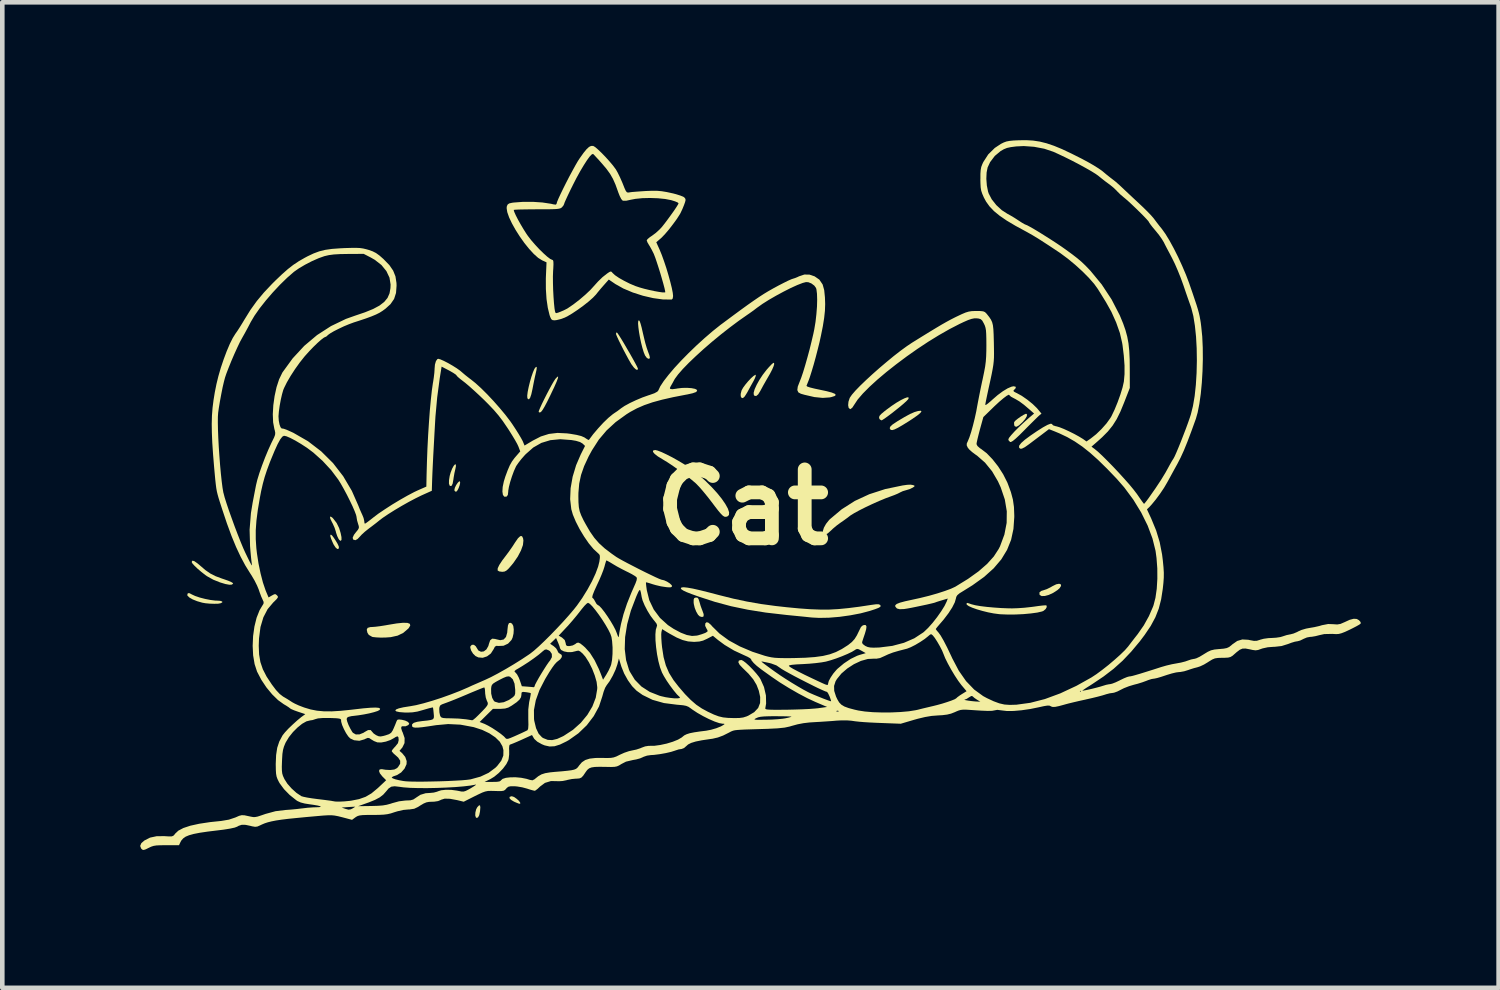
<source format=kicad_pcb>
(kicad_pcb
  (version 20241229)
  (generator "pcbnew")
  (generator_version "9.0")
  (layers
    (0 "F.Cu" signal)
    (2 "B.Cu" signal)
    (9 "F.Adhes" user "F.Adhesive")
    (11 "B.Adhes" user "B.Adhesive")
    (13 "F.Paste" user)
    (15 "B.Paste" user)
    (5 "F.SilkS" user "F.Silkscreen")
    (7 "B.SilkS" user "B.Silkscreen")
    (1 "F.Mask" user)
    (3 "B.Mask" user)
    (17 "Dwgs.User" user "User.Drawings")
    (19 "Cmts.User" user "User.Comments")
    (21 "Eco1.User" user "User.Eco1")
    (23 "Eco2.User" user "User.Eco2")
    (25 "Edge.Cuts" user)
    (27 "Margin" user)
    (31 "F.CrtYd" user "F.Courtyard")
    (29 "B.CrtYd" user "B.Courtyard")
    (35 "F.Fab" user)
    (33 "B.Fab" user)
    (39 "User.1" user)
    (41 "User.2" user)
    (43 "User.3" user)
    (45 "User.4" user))
  (footprint "Cat"
    (layer "F.Cu")
    (at 13.103 7.986)
    (property "Reference" "Cat" (at 0 0 0) (layer "F.SilkS") (effects (font (size 1.5 1.5) (thickness 0.3))))
    (attr board_only exclude_from_pos_files exclude_from_bom)
    (fp_poly (pts (xy -6.14 -0.533) (xy -6.151 -0.479) (xy -6.173 -0.417) (xy -6.2 -0.364) (xy -6.227 -0.336) (xy -6.233 -0.335) (xy -6.261 -0.354) (xy -6.266 -0.377) (xy -6.255 -0.424) (xy -6.228 -0.48) (xy -6.194 -0.53) (xy -6.163 -0.561) (xy -6.148 -0.563)) (stroke (width 0) (type solid)) (fill yes) (layer "F.SilkS"))
    (fp_poly (pts (xy -5.708 6.489) (xy -5.701 6.532) (xy -5.708 6.618) (xy -5.708 6.619) (xy -5.725 6.701) (xy -5.752 6.751) (xy -5.783 6.761) (xy -5.798 6.751) (xy -5.812 6.708) (xy -5.809 6.643) (xy -5.792 6.574) (xy -5.766 6.526) (xy -5.729 6.488)) (stroke (width 0) (type solid)) (fill yes) (layer "F.SilkS"))
    (fp_poly (pts (xy -4.97 6.305) (xy -4.914 6.343) (xy -4.863 6.388) (xy -4.834 6.43) (xy -4.831 6.441) (xy -4.838 6.454) (xy -4.865 6.45) (xy -4.921 6.428) (xy -4.969 6.407) (xy -5.034 6.368) (xy -5.067 6.331) (xy -5.063 6.303) (xy -5.021 6.29) (xy -5.015 6.29)) (stroke (width 0) (type solid)) (fill yes) (layer "F.SilkS"))
    (fp_poly (pts (xy -8.927 0.617) (xy -8.89 0.665) (xy -8.848 0.729) (xy -8.809 0.794) (xy -8.784 0.848) (xy -8.778 0.872) (xy -8.788 0.909) (xy -8.815 0.909) (xy -8.852 0.876) (xy -8.892 0.815) (xy -8.91 0.777) (xy -8.949 0.686) (xy -8.966 0.63) (xy -8.964 0.603) (xy -8.951 0.598)) (stroke (width 0) (type solid)) (fill yes) (layer "F.SilkS"))
    (fp_poly (pts (xy -6.235 -0.93) (xy -6.232 -0.894) (xy -6.246 -0.824) (xy -6.265 -0.742) (xy -6.282 -0.644) (xy -6.288 -0.6) (xy -6.304 -0.51) (xy -6.329 -0.463) (xy -6.36 -0.462) (xy -6.369 -0.47) (xy -6.384 -0.513) (xy -6.383 -0.587) (xy -6.368 -0.68) (xy -6.347 -0.755) (xy -6.314 -0.84) (xy -6.281 -0.9) (xy -6.253 -0.931)) (stroke (width 0) (type solid)) (fill yes) (layer "F.SilkS"))
    (fp_poly (pts (xy 6.196 -2.017) (xy 6.188 -1.976) (xy 6.153 -1.917) (xy 6.095 -1.85) (xy 6.094 -1.849) (xy 6.019 -1.78) (xy 5.966 -1.75) (xy 5.931 -1.758) (xy 5.916 -1.782) (xy 5.912 -1.836) (xy 5.916 -1.854) (xy 5.942 -1.884) (xy 5.995 -1.927) (xy 6.06 -1.973) (xy 6.123 -2.011) (xy 6.168 -2.032) (xy 6.175 -2.033)) (stroke (width 0) (type solid)) (fill yes) (layer "F.SilkS"))
    (fp_poly (pts (xy -0.977 1.969) (xy -0.954 1.997) (xy -0.933 2.061) (xy -0.908 2.147) (xy -0.878 2.229) (xy -0.872 2.243) (xy -0.842 2.327) (xy -0.843 2.376) (xy -0.876 2.39) (xy -0.927 2.376) (xy -0.964 2.341) (xy -1.003 2.274) (xy -1.036 2.192) (xy -1.056 2.108) (xy -1.06 2.072) (xy -1.059 2.008) (xy -1.045 1.977) (xy -1.012 1.966)) (stroke (width 0) (type solid)) (fill yes) (layer "F.SilkS"))
    (fp_poly (pts (xy 6.93 1.679) (xy 6.935 1.713) (xy 6.903 1.763) (xy 6.857 1.804) (xy 6.763 1.865) (xy 6.667 1.909) (xy 6.581 1.932) (xy 6.512 1.934) (xy 6.471 1.911) (xy 6.467 1.903) (xy 6.464 1.855) (xy 6.502 1.823) (xy 6.56 1.805) (xy 6.625 1.783) (xy 6.706 1.743) (xy 6.747 1.719) (xy 6.83 1.678) (xy 6.893 1.666)) (stroke (width 0) (type solid)) (fill yes) (layer "F.SilkS"))
    (fp_poly (pts (xy -8.92 0.229) (xy -8.904 0.246) (xy -8.828 0.344) (xy -8.774 0.454) (xy -8.741 0.562) (xy -8.723 0.651) (xy -8.722 0.709) (xy -8.737 0.733) (xy -8.765 0.718) (xy -8.786 0.69) (xy -8.815 0.63) (xy -8.841 0.552) (xy -8.845 0.533) (xy -8.872 0.449) (xy -8.913 0.357) (xy -8.93 0.325) (xy -8.964 0.256) (xy -8.973 0.214) (xy -8.957 0.203)) (stroke (width 0) (type solid)) (fill yes) (layer "F.SilkS"))
    (fp_poly (pts (xy 0.291 -2.854) (xy 0.271 -2.8) (xy 0.242 -2.743) (xy 0.187 -2.645) (xy 0.129 -2.539) (xy 0.104 -2.493) (xy 0.052 -2.41) (xy 0.012 -2.373) (xy -0.019 -2.381) (xy -0.035 -2.414) (xy -0.036 -2.465) (xy -0.019 -2.533) (xy -0.014 -2.546) (xy 0.017 -2.601) (xy 0.067 -2.669) (xy 0.126 -2.74) (xy 0.187 -2.805) (xy 0.241 -2.854) (xy 0.28 -2.879) (xy 0.291 -2.88)) (stroke (width 0) (type solid)) (fill yes) (layer "F.SilkS"))
    (fp_poly (pts (xy 3.898 -2.084) (xy 3.872 -2.049) (xy 3.805 -1.994) (xy 3.695 -1.918) (xy 3.617 -1.867) (xy 3.483 -1.784) (xy 3.384 -1.727) (xy 3.312 -1.692) (xy 3.264 -1.678) (xy 3.233 -1.681) (xy 3.223 -1.688) (xy 3.206 -1.719) (xy 3.22 -1.754) (xy 3.268 -1.799) (xy 3.355 -1.857) (xy 3.378 -1.872) (xy 3.529 -1.962) (xy 3.648 -2.027) (xy 3.744 -2.069) (xy 3.821 -2.092) (xy 3.881 -2.099)) (stroke (width 0) (type solid)) (fill yes) (layer "F.SilkS"))
    (fp_poly (pts (xy -4.473 -3.04) (xy -4.479 -2.988) (xy -4.5 -2.894) (xy -4.5 -2.894) (xy -4.517 -2.82) (xy -4.538 -2.717) (xy -4.56 -2.605) (xy -4.566 -2.573) (xy -4.592 -2.456) (xy -4.618 -2.38) (xy -4.644 -2.346) (xy -4.668 -2.357) (xy -4.678 -2.376) (xy -4.681 -2.426) (xy -4.671 -2.509) (xy -4.65 -2.613) (xy -4.622 -2.727) (xy -4.59 -2.838) (xy -4.556 -2.936) (xy -4.525 -3.008) (xy -4.506 -3.037) (xy -4.482 -3.055)) (stroke (width 0) (type solid)) (fill yes) (layer "F.SilkS"))
    (fp_poly (pts (xy -11.976 1.9) (xy -11.907 1.932) (xy -11.807 1.966) (xy -11.69 1.996) (xy -11.573 2.019) (xy -11.471 2.032) (xy -11.439 2.033) (xy -11.361 2.038) (xy -11.318 2.052) (xy -11.316 2.071) (xy -11.351 2.09) (xy -11.405 2.1) (xy -11.49 2.102) (xy -11.588 2.099) (xy -11.684 2.09) (xy -11.751 2.078) (xy -11.862 2.046) (xy -11.96 2.007) (xy -12.033 1.965) (xy -12.073 1.926) (xy -12.078 1.91) (xy -12.066 1.872) (xy -12.029 1.872)) (stroke (width 0) (type solid)) (fill yes) (layer "F.SilkS"))
    (fp_poly (pts (xy -4.014 -2.804) (xy -4.043 -2.727) (xy -4.095 -2.609) (xy -4.171 -2.45) (xy -4.175 -2.441) (xy -4.247 -2.295) (xy -4.303 -2.189) (xy -4.346 -2.117) (xy -4.378 -2.076) (xy -4.404 -2.06) (xy -4.425 -2.066) (xy -4.432 -2.072) (xy -4.427 -2.098) (xy -4.403 -2.156) (xy -4.365 -2.24) (xy -4.316 -2.34) (xy -4.262 -2.447) (xy -4.206 -2.554) (xy -4.153 -2.652) (xy -4.107 -2.732) (xy -4.072 -2.786) (xy -4.064 -2.796) (xy -4.025 -2.838) (xy -4.008 -2.841)) (stroke (width 0) (type solid)) (fill yes) (layer "F.SilkS"))
    (fp_poly (pts (xy 0.693 -3.116) (xy 0.693 -3.114) (xy 0.681 -3.07) (xy 0.65 -2.997) (xy 0.604 -2.908) (xy 0.574 -2.856) (xy 0.514 -2.752) (xy 0.455 -2.648) (xy 0.408 -2.561) (xy 0.394 -2.535) (xy 0.345 -2.455) (xy 0.3 -2.418) (xy 0.262 -2.426) (xy 0.25 -2.441) (xy 0.246 -2.489) (xy 0.267 -2.565) (xy 0.311 -2.662) (xy 0.371 -2.77) (xy 0.444 -2.881) (xy 0.526 -2.988) (xy 0.578 -3.047) (xy 0.637 -3.109) (xy 0.672 -3.139) (xy 0.688 -3.14)) (stroke (width 0) (type solid)) (fill yes) (layer "F.SilkS"))
    (fp_poly (pts (xy 3.617 -2.389) (xy 3.617 -2.365) (xy 3.606 -2.346) (xy 3.573 -2.311) (xy 3.513 -2.256) (xy 3.434 -2.189) (xy 3.344 -2.117) (xy 3.252 -2.044) (xy 3.165 -1.979) (xy 3.093 -1.927) (xy 3.044 -1.896) (xy 3.027 -1.889) (xy 2.992 -1.909) (xy 2.98 -1.928) (xy 2.975 -1.959) (xy 2.987 -1.99) (xy 3.024 -2.03) (xy 3.092 -2.087) (xy 3.141 -2.125) (xy 3.25 -2.205) (xy 3.355 -2.275) (xy 3.449 -2.33) (xy 3.528 -2.369) (xy 3.586 -2.39)) (stroke (width 0) (type solid)) (fill yes) (layer "F.SilkS"))
    (fp_poly (pts (xy -11.927 1.173) (xy -11.858 1.221) (xy -11.804 1.266) (xy -11.685 1.368) (xy -11.577 1.443) (xy -11.463 1.501) (xy -11.324 1.553) (xy -11.282 1.567) (xy -11.19 1.599) (xy -11.121 1.629) (xy -11.084 1.652) (xy -11.081 1.66) (xy -11.105 1.684) (xy -11.16 1.688) (xy -11.248 1.672) (xy -11.364 1.637) (xy -11.512 1.578) (xy -11.65 1.501) (xy -11.687 1.475) (xy -11.776 1.405) (xy -11.859 1.334) (xy -11.926 1.269) (xy -11.97 1.219) (xy -11.982 1.193) (xy -11.968 1.164)) (stroke (width 0) (type solid)) (fill yes) (layer "F.SilkS"))
    (fp_poly (pts (xy -7.286 2.518) (xy -7.235 2.538) (xy -7.226 2.575) (xy -7.259 2.63) (xy -7.273 2.645) (xy -7.378 2.735) (xy -7.501 2.795) (xy -7.651 2.828) (xy -7.761 2.836) (xy -7.868 2.838) (xy -7.966 2.833) (xy -8.039 2.825) (xy -8.055 2.821) (xy -8.128 2.779) (xy -8.158 2.733) (xy -8.173 2.666) (xy -8.154 2.626) (xy -8.096 2.609) (xy -8.055 2.607) (xy -7.987 2.602) (xy -7.889 2.59) (xy -7.774 2.572) (xy -7.701 2.559) (xy -7.519 2.529) (xy -7.381 2.515)) (stroke (width 0) (type solid)) (fill yes) (layer "F.SilkS"))
    (fp_poly (pts (xy -4.772 0.675) (xy -4.764 0.725) (xy -4.774 0.823) (xy -4.817 0.942) (xy -4.886 1.074) (xy -4.978 1.208) (xy -5.019 1.259) (xy -5.084 1.334) (xy -5.132 1.378) (xy -5.173 1.4) (xy -5.218 1.406) (xy -5.228 1.406) (xy -5.289 1.398) (xy -5.324 1.378) (xy -5.325 1.375) (xy -5.323 1.329) (xy -5.289 1.257) (xy -5.223 1.157) (xy -5.15 1.061) (xy -5.077 0.963) (xy -5.001 0.854) (xy -4.945 0.767) (xy -4.882 0.676) (xy -4.832 0.63) (xy -4.795 0.63)) (stroke (width 0) (type solid)) (fill yes) (layer "F.SilkS"))
    (fp_poly (pts (xy -2.242 -4.059) (xy -2.229 -4.035) (xy -2.213 -3.988) (xy -2.192 -3.911) (xy -2.166 -3.798) (xy -2.139 -3.683) (xy -2.113 -3.576) (xy -2.082 -3.47) (xy -2.054 -3.389) (xy -2.023 -3.306) (xy -2.012 -3.257) (xy -2.019 -3.234) (xy -2.044 -3.229) (xy -2.078 -3.248) (xy -2.114 -3.296) (xy -2.117 -3.301) (xy -2.146 -3.371) (xy -2.175 -3.466) (xy -2.203 -3.577) (xy -2.228 -3.694) (xy -2.248 -3.809) (xy -2.262 -3.913) (xy -2.269 -3.996) (xy -2.265 -4.05) (xy -2.254 -4.066)) (stroke (width 0) (type solid)) (fill yes) (layer "F.SilkS"))
    (fp_poly (pts (xy -2.714 -3.783) (xy -2.678 -3.73) (xy -2.628 -3.65) (xy -2.569 -3.552) (xy -2.506 -3.443) (xy -2.441 -3.332) (xy -2.382 -3.227) (xy -2.331 -3.134) (xy -2.293 -3.063) (xy -2.274 -3.02) (xy -2.272 -3.013) (xy -2.284 -2.986) (xy -2.314 -2.996) (xy -2.358 -3.036) (xy -2.409 -3.103) (xy -2.424 -3.127) (xy -2.471 -3.208) (xy -2.525 -3.308) (xy -2.583 -3.417) (xy -2.638 -3.526) (xy -2.687 -3.625) (xy -2.725 -3.707) (xy -2.747 -3.761) (xy -2.75 -3.776) (xy -2.737 -3.802) (xy -2.731 -3.803)) (stroke (width 0) (type solid)) (fill yes) (layer "F.SilkS"))
    (fp_poly (pts (xy 4.926 2.092) (xy 4.994 2.115) (xy 4.995 2.115) (xy 5.07 2.134) (xy 5.183 2.153) (xy 5.322 2.17) (xy 5.477 2.184) (xy 5.636 2.195) (xy 5.79 2.201) (xy 5.872 2.202) (xy 5.993 2.198) (xy 6.138 2.188) (xy 6.283 2.172) (xy 6.346 2.164) (xy 6.452 2.149) (xy 6.539 2.139) (xy 6.598 2.135) (xy 6.617 2.137) (xy 6.624 2.172) (xy 6.6 2.216) (xy 6.554 2.255) (xy 6.522 2.269) (xy 6.418 2.293) (xy 6.278 2.312) (xy 6.115 2.327) (xy 5.943 2.335) (xy 5.773 2.336) (xy 5.618 2.33) (xy 5.585 2.327) (xy 5.471 2.312) (xy 5.347 2.288) (xy 5.222 2.257) (xy 5.105 2.223) (xy 5.003 2.187) (xy 4.927 2.153) (xy 4.885 2.123) (xy 4.879 2.111) (xy 4.881 2.09) (xy 4.892 2.083)) (stroke (width 0) (type solid)) (fill yes) (layer "F.SilkS"))
    (fp_poly (pts (xy -5.01 2.536) (xy -4.984 2.584) (xy -4.974 2.661) (xy -4.979 2.75) (xy -4.999 2.837) (xy -5.023 2.889) (xy -5.098 2.969) (xy -5.196 3.015) (xy -5.302 3.02) (xy -5.355 3.017) (xy -5.386 3.038) (xy -5.413 3.091) (xy -5.472 3.183) (xy -5.555 3.246) (xy -5.649 3.277) (xy -5.744 3.269) (xy -5.807 3.239) (xy -5.86 3.187) (xy -5.901 3.12) (xy -5.92 3.057) (xy -5.917 3.027) (xy -5.885 2.994) (xy -5.84 2.995) (xy -5.8 3.027) (xy -5.788 3.048) (xy -5.745 3.117) (xy -5.687 3.146) (xy -5.626 3.138) (xy -5.569 3.095) (xy -5.527 3.021) (xy -5.514 2.974) (xy -5.487 2.896) (xy -5.443 2.861) (xy -5.378 2.867) (xy -5.371 2.87) (xy -5.269 2.894) (xy -5.194 2.879) (xy -5.143 2.824) (xy -5.116 2.728) (xy -5.111 2.666) (xy -5.1 2.571) (xy -5.078 2.522) (xy -5.042 2.516)) (stroke (width 0) (type solid)) (fill yes) (layer "F.SilkS"))
    (fp_poly (pts (xy -1.841 -1.231) (xy -1.756 -1.198) (xy -1.648 -1.147) (xy -1.526 -1.085) (xy -1.4 -1.014) (xy -1.277 -0.941) (xy -1.167 -0.87) (xy -1.1 -0.823) (xy -0.946 -0.7) (xy -0.801 -0.57) (xy -0.668 -0.438) (xy -0.549 -0.308) (xy -0.449 -0.184) (xy -0.37 -0.069) (xy -0.315 0.03) (xy -0.288 0.112) (xy -0.292 0.171) (xy -0.325 0.201) (xy -0.358 0.21) (xy -0.389 0.207) (xy -0.423 0.187) (xy -0.466 0.145) (xy -0.524 0.077) (xy -0.601 -0.023) (xy -0.652 -0.091) (xy -0.742 -0.208) (xy -0.834 -0.321) (xy -0.919 -0.421) (xy -0.99 -0.496) (xy -1.012 -0.518) (xy -1.105 -0.597) (xy -1.226 -0.692) (xy -1.361 -0.792) (xy -1.499 -0.89) (xy -1.626 -0.975) (xy -1.731 -1.039) (xy -1.734 -1.041) (xy -1.839 -1.105) (xy -1.91 -1.161) (xy -1.945 -1.204) (xy -1.942 -1.233) (xy -1.898 -1.244) (xy -1.895 -1.244)) (stroke (width 0) (type solid)) (fill yes) (layer "F.SilkS"))
    (fp_poly (pts (xy 3.716 -0.481) (xy 3.718 -0.48) (xy 3.748 -0.466) (xy 3.742 -0.449) (xy 3.706 -0.425) (xy 3.64 -0.393) (xy 3.564 -0.37) (xy 3.492 -0.349) (xy 3.432 -0.321) (xy 3.431 -0.32) (xy 3.382 -0.295) (xy 3.306 -0.263) (xy 3.241 -0.239) (xy 3.116 -0.193) (xy 2.974 -0.134) (xy 2.826 -0.068) (xy 2.68 0.001) (xy 2.547 0.068) (xy 2.435 0.129) (xy 2.354 0.179) (xy 2.332 0.196) (xy 2.27 0.243) (xy 2.191 0.3) (xy 2.141 0.334) (xy 2.055 0.397) (xy 1.969 0.469) (xy 1.931 0.506) (xy 1.855 0.573) (xy 1.799 0.597) (xy 1.761 0.578) (xy 1.758 0.575) (xy 1.751 0.522) (xy 1.774 0.447) (xy 1.821 0.363) (xy 1.887 0.28) (xy 1.907 0.26) (xy 2.163 0.045) (xy 2.447 -0.136) (xy 2.762 -0.282) (xy 3.108 -0.394) (xy 3.488 -0.473) (xy 3.588 -0.487) (xy 3.659 -0.49)) (stroke (width 0) (type solid)) (fill yes) (layer "F.SilkS"))
    (fp_poly (pts (xy -1.193 1.751) (xy -1.074 1.772) (xy -0.915 1.808) (xy -0.715 1.858) (xy -0.502 1.914) (xy -0.198 1.99) (xy 0.098 2.053) (xy 0.4 2.106) (xy 0.724 2.15) (xy 0.967 2.177) (xy 1.239 2.203) (xy 1.476 2.22) (xy 1.69 2.228) (xy 1.891 2.228) (xy 2.093 2.217) (xy 2.306 2.196) (xy 2.543 2.166) (xy 2.807 2.126) (xy 2.905 2.113) (xy 2.966 2.113) (xy 2.997 2.126) (xy 3.01 2.148) (xy 3.001 2.169) (xy 2.961 2.192) (xy 2.887 2.22) (xy 2.774 2.257) (xy 2.574 2.31) (xy 2.349 2.353) (xy 2.114 2.386) (xy 1.884 2.405) (xy 1.672 2.409) (xy 1.519 2.401) (xy 1.466 2.396) (xy 1.374 2.386) (xy 1.253 2.374) (xy 1.111 2.36) (xy 0.958 2.345) (xy 0.933 2.342) (xy 0.508 2.293) (xy 0.12 2.231) (xy -0.244 2.155) (xy -0.595 2.061) (xy -0.943 1.948) (xy -0.949 1.946) (xy -1.1 1.892) (xy -1.21 1.849) (xy -1.283 1.815) (xy -1.325 1.788) (xy -1.339 1.766) (xy -1.339 1.764) (xy -1.324 1.747) (xy -1.276 1.742)) (stroke (width 0) (type solid)) (fill yes) (layer "F.SilkS"))
    (fp_poly (pts (xy -3.247 -7.86) (xy -3.244 -7.86) (xy -3.203 -7.836) (xy -3.14 -7.782) (xy -3.062 -7.708) (xy -2.977 -7.62) (xy -2.893 -7.527) (xy -2.817 -7.437) (xy -2.758 -7.358) (xy -2.751 -7.348) (xy -2.711 -7.277) (xy -2.663 -7.179) (xy -2.616 -7.072) (xy -2.603 -7.041) (xy -2.565 -6.945) (xy -2.538 -6.886) (xy -2.515 -6.855) (xy -2.491 -6.846) (xy -2.459 -6.849) (xy -2.452 -6.851) (xy -2.399 -6.858) (xy -2.312 -6.865) (xy -2.202 -6.873) (xy -2.097 -6.88) (xy -1.96 -6.885) (xy -1.852 -6.884) (xy -1.753 -6.875) (xy -1.644 -6.857) (xy -1.561 -6.839) (xy -1.445 -6.811) (xy -1.35 -6.781) (xy -1.285 -6.755) (xy -1.264 -6.741) (xy -1.242 -6.714) (xy -1.235 -6.685) (xy -1.246 -6.639) (xy -1.268 -6.577) (xy -1.304 -6.488) (xy -1.345 -6.401) (xy -1.363 -6.369) (xy -1.426 -6.271) (xy -1.507 -6.16) (xy -1.594 -6.047) (xy -1.68 -5.946) (xy -1.753 -5.869) (xy -1.776 -5.848) (xy -1.873 -5.765) (xy -1.8 -5.603) (xy -1.754 -5.491) (xy -1.705 -5.355) (xy -1.655 -5.206) (xy -1.609 -5.052) (xy -1.568 -4.903) (xy -1.535 -4.77) (xy -1.514 -4.663) (xy -1.507 -4.595) (xy -1.515 -4.541) (xy -1.537 -4.518) (xy -1.537 -4.518) (xy -1.727 -4.52) (xy -1.94 -4.549) (xy -2.164 -4.601) (xy -2.385 -4.672) (xy -2.589 -4.758) (xy -2.764 -4.856) (xy -2.774 -4.863) (xy -2.906 -4.953) (xy -3.008 -4.838) (xy -3.078 -4.758) (xy -3.148 -4.674) (xy -3.185 -4.627) (xy -3.25 -4.559) (xy -3.345 -4.475) (xy -3.46 -4.384) (xy -3.583 -4.295) (xy -3.703 -4.215) (xy -3.809 -4.152) (xy -3.869 -4.123) (xy -3.956 -4.092) (xy -4.038 -4.072) (xy -4.082 -4.066) (xy -4.129 -4.07) (xy -4.158 -4.091) (xy -4.181 -4.14) (xy -4.195 -4.18) (xy -4.233 -4.337) (xy -4.261 -4.529) (xy -4.275 -4.745) (xy -4.276 -4.971) (xy -4.274 -5.026) (xy -4.261 -5.328) (xy -4.356 -5.371) (xy -4.443 -5.425) (xy -4.539 -5.511) (xy -4.641 -5.622) (xy -4.744 -5.75) (xy -4.843 -5.89) (xy -4.934 -6.033) (xy -5.013 -6.174) (xy -5.075 -6.305) (xy -5.115 -6.419) (xy -5.123 -6.468) (xy -4.975 -6.468) (xy -4.963 -6.425) (xy -4.93 -6.351) (xy -4.882 -6.257) (xy -4.823 -6.152) (xy -4.76 -6.046) (xy -4.698 -5.948) (xy -4.666 -5.902) (xy -4.594 -5.809) (xy -4.509 -5.711) (xy -4.419 -5.614) (xy -4.329 -5.526) (xy -4.248 -5.453) (xy -4.182 -5.403) (xy -4.138 -5.382) (xy -4.135 -5.381) (xy -4.12 -5.373) (xy -4.112 -5.344) (xy -4.11 -5.286) (xy -4.114 -5.192) (xy -4.118 -5.136) (xy -4.122 -5.023) (xy -4.121 -4.883) (xy -4.117 -4.731) (xy -4.109 -4.579) (xy -4.099 -4.44) (xy -4.087 -4.325) (xy -4.077 -4.264) (xy -4.067 -4.232) (xy -4.049 -4.222) (xy -4.009 -4.233) (xy -3.964 -4.25) (xy -3.886 -4.283) (xy -3.817 -4.318) (xy -3.803 -4.326) (xy -3.681 -4.409) (xy -3.547 -4.512) (xy -3.417 -4.623) (xy -3.305 -4.729) (xy -3.253 -4.786) (xy -3.14 -4.911) (xy -3.042 -5.006) (xy -2.948 -5.08) (xy -2.92 -5.1) (xy -2.875 -5.127) (xy -2.848 -5.124) (xy -2.822 -5.095) (xy -2.77 -5.047) (xy -2.683 -4.988) (xy -2.573 -4.926) (xy -2.45 -4.864) (xy -2.325 -4.811) (xy -2.321 -4.81) (xy -2.238 -4.782) (xy -2.136 -4.753) (xy -2.024 -4.726) (xy -1.913 -4.702) (xy -1.812 -4.684) (xy -1.734 -4.673) (xy -1.686 -4.673) (xy -1.678 -4.676) (xy -1.68 -4.702) (xy -1.694 -4.766) (xy -1.718 -4.857) (xy -1.749 -4.967) (xy -1.784 -5.087) (xy -1.822 -5.209) (xy -1.859 -5.323) (xy -1.892 -5.421) (xy -1.92 -5.494) (xy -1.927 -5.512) (xy -1.969 -5.596) (xy -2.012 -5.674) (xy -2.031 -5.704) (xy -2.064 -5.76) (xy -2.08 -5.802) (xy -2.081 -5.806) (xy -2.062 -5.834) (xy -2.013 -5.875) (xy -1.965 -5.907) (xy -1.883 -5.968) (xy -1.798 -6.046) (xy -1.755 -6.092) (xy -1.692 -6.171) (xy -1.623 -6.263) (xy -1.553 -6.359) (xy -1.488 -6.45) (xy -1.435 -6.529) (xy -1.4 -6.586) (xy -1.388 -6.613) (xy -1.409 -6.631) (xy -1.465 -6.655) (xy -1.543 -6.679) (xy -1.549 -6.681) (xy -1.678 -6.706) (xy -1.837 -6.722) (xy -2.008 -6.728) (xy -2.176 -6.724) (xy -2.326 -6.709) (xy -2.426 -6.69) (xy -2.527 -6.668) (xy -2.594 -6.668) (xy -2.607 -6.673) (xy -2.635 -6.705) (xy -2.668 -6.77) (xy -2.701 -6.853) (xy -2.702 -6.857) (xy -2.759 -7.016) (xy -2.815 -7.143) (xy -2.878 -7.253) (xy -2.957 -7.362) (xy -3.045 -7.466) (xy -3.119 -7.55) (xy -3.183 -7.619) (xy -3.228 -7.668) (xy -3.249 -7.687) (xy -3.276 -7.677) (xy -3.322 -7.63) (xy -3.381 -7.549) (xy -3.451 -7.44) (xy -3.529 -7.309) (xy -3.611 -7.16) (xy -3.683 -7.019) (xy -3.745 -6.894) (xy -3.798 -6.783) (xy -3.84 -6.692) (xy -3.867 -6.631) (xy -3.875 -6.606) (xy -3.89 -6.569) (xy -3.922 -6.529) (xy -3.941 -6.513) (xy -3.965 -6.501) (xy -4.002 -6.493) (xy -4.057 -6.487) (xy -4.138 -6.484) (xy -4.25 -6.482) (xy -4.402 -6.482) (xy -4.473 -6.482) (xy -4.622 -6.481) (xy -4.753 -6.479) (xy -4.86 -6.477) (xy -4.936 -6.473) (xy -4.972 -6.469) (xy -4.975 -6.468) (xy -5.123 -6.468) (xy -5.129 -6.51) (xy -5.124 -6.55) (xy -5.105 -6.588) (xy -5.072 -6.61) (xy -5.01 -6.624) (xy -4.973 -6.629) (xy -4.77 -6.644) (xy -4.556 -6.644) (xy -4.349 -6.63) (xy -4.164 -6.602) (xy -4.108 -6.589) (xy -4.058 -6.583) (xy -4.042 -6.602) (xy -4.042 -6.605) (xy -4.031 -6.644) (xy -4.001 -6.716) (xy -3.955 -6.815) (xy -3.898 -6.933) (xy -3.834 -7.061) (xy -3.766 -7.193) (xy -3.698 -7.319) (xy -3.635 -7.434) (xy -3.58 -7.529) (xy -3.539 -7.592) (xy -3.455 -7.71) (xy -3.389 -7.79) (xy -3.336 -7.839) (xy -3.29 -7.861)) (stroke (width 0) (type solid)) (fill yes) (layer "F.SilkS"))
    (fp_poly (pts (xy 6.327 -7.977) (xy 6.472 -7.955) (xy 6.62 -7.918) (xy 6.78 -7.864) (xy 6.957 -7.791) (xy 7.16 -7.695) (xy 7.395 -7.577) (xy 7.4 -7.574) (xy 7.525 -7.507) (xy 7.645 -7.438) (xy 7.747 -7.374) (xy 7.822 -7.322) (xy 7.842 -7.306) (xy 7.922 -7.239) (xy 8.006 -7.172) (xy 8.048 -7.14) (xy 8.121 -7.083) (xy 8.203 -7.011) (xy 8.251 -6.966) (xy 8.309 -6.911) (xy 8.392 -6.833) (xy 8.49 -6.741) (xy 8.593 -6.645) (xy 8.622 -6.618) (xy 8.722 -6.524) (xy 8.815 -6.432) (xy 8.893 -6.351) (xy 8.946 -6.29) (xy 8.957 -6.276) (xy 9.013 -6.201) (xy 9.081 -6.113) (xy 9.13 -6.053) (xy 9.206 -5.946) (xy 9.294 -5.802) (xy 9.387 -5.632) (xy 9.481 -5.445) (xy 9.571 -5.249) (xy 9.654 -5.054) (xy 9.724 -4.869) (xy 9.728 -4.856) (xy 9.793 -4.669) (xy 9.843 -4.52) (xy 9.883 -4.401) (xy 9.912 -4.306) (xy 9.934 -4.226) (xy 9.95 -4.156) (xy 9.963 -4.086) (xy 9.975 -4.011) (xy 9.985 -3.931) (xy 10.007 -3.714) (xy 10.018 -3.474) (xy 10.02 -3.221) (xy 10.013 -2.963) (xy 9.998 -2.709) (xy 9.975 -2.467) (xy 9.944 -2.248) (xy 9.907 -2.059) (xy 9.869 -1.925) (xy 9.772 -1.656) (xy 9.686 -1.428) (xy 9.608 -1.236) (xy 9.535 -1.076) (xy 9.466 -0.942) (xy 9.461 -0.933) (xy 9.396 -0.816) (xy 9.329 -0.693) (xy 9.269 -0.583) (xy 9.244 -0.538) (xy 9.176 -0.422) (xy 9.09 -0.294) (xy 8.997 -0.168) (xy 8.909 -0.061) (xy 8.859 -0.006) (xy 8.804 0.047) (xy 8.896 0.245) (xy 9.004 0.507) (xy 9.081 0.761) (xy 9.133 1.028) (xy 9.15 1.164) (xy 9.164 1.31) (xy 9.171 1.427) (xy 9.17 1.533) (xy 9.162 1.648) (xy 9.148 1.778) (xy 9.113 2.004) (xy 9.061 2.207) (xy 8.987 2.396) (xy 8.886 2.584) (xy 8.753 2.781) (xy 8.65 2.918) (xy 8.461 3.144) (xy 8.275 3.34) (xy 8.078 3.517) (xy 7.86 3.684) (xy 7.61 3.852) (xy 7.56 3.884) (xy 7.482 3.933) (xy 7.426 3.971) (xy 7.398 3.992) (xy 7.397 3.994) (xy 7.44 3.988) (xy 7.514 3.973) (xy 7.607 3.952) (xy 7.702 3.928) (xy 7.787 3.905) (xy 7.842 3.888) (xy 7.918 3.865) (xy 7.983 3.852) (xy 8 3.851) (xy 8.047 3.84) (xy 8.12 3.812) (xy 8.205 3.772) (xy 8.214 3.767) (xy 8.298 3.726) (xy 8.371 3.696) (xy 8.418 3.683) (xy 8.421 3.683) (xy 8.448 3.68) (xy 8.493 3.67) (xy 8.561 3.651) (xy 8.657 3.623) (xy 8.785 3.583) (xy 8.951 3.531) (xy 9.112 3.479) (xy 9.226 3.446) (xy 9.348 3.417) (xy 9.447 3.399) (xy 9.545 3.381) (xy 9.638 3.357) (xy 9.692 3.338) (xy 9.763 3.314) (xy 9.825 3.301) (xy 9.833 3.301) (xy 9.879 3.288) (xy 9.949 3.255) (xy 10.029 3.207) (xy 10.04 3.2) (xy 10.127 3.147) (xy 10.197 3.115) (xy 10.273 3.097) (xy 10.374 3.087) (xy 10.379 3.087) (xy 10.476 3.078) (xy 10.542 3.065) (xy 10.592 3.042) (xy 10.642 3.003) (xy 10.662 2.985) (xy 10.768 2.911) (xy 10.879 2.878) (xy 11.008 2.885) (xy 11.049 2.894) (xy 11.132 2.909) (xy 11.195 2.907) (xy 11.263 2.886) (xy 11.266 2.884) (xy 11.345 2.863) (xy 11.446 2.849) (xy 11.516 2.846) (xy 11.614 2.84) (xy 11.708 2.826) (xy 11.761 2.81) (xy 11.841 2.784) (xy 11.917 2.768) (xy 11.925 2.767) (xy 11.994 2.749) (xy 12.072 2.716) (xy 12.093 2.704) (xy 12.168 2.671) (xy 12.266 2.642) (xy 12.341 2.628) (xy 12.446 2.61) (xy 12.552 2.586) (xy 12.612 2.568) (xy 12.747 2.542) (xy 12.855 2.546) (xy 12.944 2.552) (xy 13.015 2.54) (xy 13.096 2.505) (xy 13.099 2.504) (xy 13.215 2.451) (xy 13.302 2.428) (xy 13.369 2.432) (xy 13.417 2.459) (xy 13.453 2.5) (xy 13.455 2.532) (xy 13.427 2.554) (xy 13.366 2.589) (xy 13.281 2.633) (xy 13.217 2.665) (xy 13.114 2.713) (xy 13.039 2.742) (xy 12.979 2.758) (xy 12.921 2.762) (xy 12.849 2.758) (xy 12.842 2.757) (xy 12.662 2.761) (xy 12.558 2.784) (xy 12.471 2.806) (xy 12.39 2.82) (xy 12.355 2.822) (xy 12.284 2.835) (xy 12.21 2.866) (xy 12.203 2.87) (xy 12.137 2.902) (xy 12.078 2.918) (xy 12.072 2.918) (xy 12.022 2.927) (xy 11.946 2.95) (xy 11.875 2.977) (xy 11.734 3.021) (xy 11.584 3.038) (xy 11.564 3.038) (xy 11.433 3.048) (xy 11.319 3.073) (xy 11.29 3.083) (xy 11.223 3.107) (xy 11.167 3.115) (xy 11.1 3.106) (xy 11.046 3.094) (xy 10.952 3.076) (xy 10.884 3.077) (xy 10.824 3.102) (xy 10.755 3.155) (xy 10.721 3.185) (xy 10.666 3.233) (xy 10.621 3.26) (xy 10.569 3.273) (xy 10.493 3.277) (xy 10.446 3.277) (xy 10.351 3.28) (xy 10.283 3.29) (xy 10.223 3.315) (xy 10.148 3.361) (xy 10.13 3.373) (xy 10.045 3.424) (xy 9.962 3.463) (xy 9.902 3.483) (xy 9.828 3.502) (xy 9.739 3.53) (xy 9.703 3.543) (xy 9.616 3.57) (xy 9.53 3.586) (xy 9.5 3.588) (xy 9.437 3.596) (xy 9.345 3.618) (xy 9.242 3.649) (xy 9.209 3.66) (xy 9.112 3.692) (xy 9.027 3.717) (xy 8.967 3.73) (xy 8.954 3.731) (xy 8.901 3.74) (xy 8.827 3.764) (xy 8.79 3.779) (xy 8.705 3.81) (xy 8.599 3.843) (xy 8.521 3.863) (xy 8.414 3.895) (xy 8.304 3.938) (xy 8.238 3.971) (xy 8.161 4.01) (xy 8.09 4.036) (xy 8.054 4.042) (xy 7.995 4.05) (xy 7.917 4.07) (xy 7.89 4.079) (xy 7.827 4.098) (xy 7.73 4.124) (xy 7.611 4.153) (xy 7.482 4.182) (xy 7.462 4.187) (xy 7.33 4.216) (xy 7.202 4.246) (xy 7.092 4.273) (xy 7.014 4.294) (xy 7.008 4.296) (xy 6.89 4.328) (xy 6.808 4.345) (xy 6.753 4.347) (xy 6.718 4.336) (xy 6.709 4.33) (xy 6.682 4.318) (xy 6.636 4.317) (xy 6.562 4.329) (xy 6.453 4.353) (xy 6.262 4.392) (xy 6.075 4.419) (xy 5.902 4.434) (xy 5.755 4.435) (xy 5.652 4.423) (xy 5.547 4.41) (xy 5.483 4.422) (xy 5.483 4.422) (xy 5.434 4.431) (xy 5.339 4.433) (xy 5.197 4.427) (xy 5.1 4.421) (xy 4.966 4.412) (xy 4.87 4.406) (xy 4.801 4.406) (xy 4.749 4.412) (xy 4.704 4.425) (xy 4.655 4.445) (xy 4.625 4.459) (xy 4.541 4.492) (xy 4.455 4.513) (xy 4.35 4.526) (xy 4.259 4.531) (xy 4.117 4.542) (xy 3.975 4.566) (xy 3.816 4.604) (xy 3.738 4.626) (xy 3.447 4.712) (xy 3.081 4.698) (xy 2.903 4.691) (xy 2.762 4.684) (xy 2.649 4.677) (xy 2.551 4.669) (xy 2.459 4.659) (xy 2.368 4.646) (xy 2.274 4.639) (xy 2.159 4.639) (xy 2.057 4.644) (xy 1.951 4.653) (xy 1.819 4.662) (xy 1.683 4.671) (xy 1.626 4.674) (xy 1.463 4.684) (xy 1.329 4.7) (xy 1.204 4.724) (xy 1.071 4.76) (xy 1.028 4.773) (xy 0.921 4.796) (xy 0.769 4.812) (xy 0.57 4.822) (xy 0.55 4.823) (xy 0.345 4.829) (xy 0.182 4.834) (xy 0.056 4.838) (xy -0.04 4.843) (xy -0.111 4.848) (xy -0.162 4.854) (xy -0.2 4.863) (xy -0.23 4.874) (xy -0.258 4.887) (xy -0.287 4.903) (xy -0.419 4.969) (xy -0.532 5.011) (xy -0.648 5.038) (xy -0.706 5.046) (xy -0.881 5.072) (xy -1.015 5.099) (xy -1.113 5.129) (xy -1.18 5.163) (xy -1.216 5.195) (xy -1.269 5.241) (xy -1.323 5.262) (xy -1.327 5.262) (xy -1.386 5.271) (xy -1.457 5.294) (xy -1.465 5.297) (xy -1.55 5.324) (xy -1.666 5.351) (xy -1.796 5.374) (xy -1.923 5.39) (xy -1.991 5.394) (xy -2.074 5.406) (xy -2.148 5.431) (xy -2.168 5.441) (xy -2.226 5.466) (xy -2.311 5.489) (xy -2.379 5.501) (xy -2.532 5.537) (xy -2.631 5.588) (xy -2.683 5.62) (xy -2.729 5.64) (xy -2.782 5.65) (xy -2.857 5.653) (xy -2.964 5.651) (xy -3.106 5.649) (xy -3.209 5.652) (xy -3.283 5.663) (xy -3.334 5.683) (xy -3.374 5.716) (xy -3.409 5.763) (xy -3.414 5.771) (xy -3.464 5.844) (xy -3.503 5.884) (xy -3.546 5.902) (xy -3.607 5.907) (xy -3.623 5.907) (xy -3.709 5.915) (xy -3.803 5.934) (xy -3.827 5.941) (xy -3.911 5.958) (xy -3.991 5.963) (xy -4.012 5.962) (xy -4.164 5.959) (xy -4.295 5.999) (xy -4.4 6.077) (xy -4.455 6.129) (xy -4.5 6.163) (xy -4.518 6.171) (xy -4.554 6.163) (xy -4.62 6.145) (xy -4.684 6.124) (xy -4.788 6.096) (xy -4.901 6.077) (xy -4.957 6.072) (xy -5.038 6.072) (xy -5.088 6.082) (xy -5.124 6.107) (xy -5.139 6.125) (xy -5.165 6.153) (xy -5.196 6.17) (xy -5.244 6.177) (xy -5.319 6.177) (xy -5.384 6.175) (xy -5.471 6.173) (xy -5.537 6.175) (xy -5.596 6.187) (xy -5.66 6.21) (xy -5.743 6.249) (xy -5.823 6.288) (xy -6.063 6.409) (xy -6.206 6.374) (xy -6.362 6.345) (xy -6.478 6.342) (xy -6.558 6.367) (xy -6.567 6.373) (xy -6.621 6.395) (xy -6.705 6.408) (xy -6.745 6.409) (xy -6.818 6.412) (xy -6.875 6.423) (xy -6.933 6.447) (xy -7.006 6.49) (xy -7.057 6.523) (xy -7.14 6.562) (xy -7.243 6.577) (xy -7.271 6.578) (xy -7.379 6.588) (xy -7.504 6.617) (xy -7.57 6.637) (xy -7.649 6.663) (xy -7.723 6.68) (xy -7.804 6.69) (xy -7.906 6.695) (xy -8.042 6.697) (xy -8.043 6.697) (xy -8.172 6.697) (xy -8.262 6.7) (xy -8.324 6.707) (xy -8.368 6.719) (xy -8.402 6.737) (xy -8.421 6.75) (xy -8.493 6.803) (xy -8.705 6.747) (xy -8.797 6.724) (xy -8.871 6.71) (xy -8.94 6.703) (xy -9.019 6.704) (xy -9.121 6.71) (xy -9.225 6.719) (xy -9.484 6.742) (xy -9.7 6.763) (xy -9.879 6.781) (xy -10.026 6.799) (xy -10.145 6.817) (xy -10.242 6.836) (xy -10.323 6.856) (xy -10.391 6.878) (xy -10.453 6.904) (xy -10.497 6.925) (xy -10.552 6.949) (xy -10.602 6.955) (xy -10.668 6.944) (xy -10.701 6.935) (xy -10.811 6.912) (xy -10.893 6.911) (xy -10.96 6.933) (xy -10.991 6.951) (xy -11.046 6.972) (xy -11.147 6.994) (xy -11.291 7.017) (xy -11.421 7.033) (xy -11.634 7.059) (xy -11.804 7.084) (xy -11.937 7.11) (xy -12.038 7.138) (xy -12.113 7.169) (xy -12.167 7.207) (xy -12.206 7.251) (xy -12.226 7.287) (xy -12.258 7.355) (xy -12.533 7.355) (xy -12.658 7.356) (xy -12.747 7.36) (xy -12.811 7.37) (xy -12.863 7.387) (xy -12.908 7.408) (xy -12.982 7.445) (xy -13.028 7.459) (xy -13.058 7.451) (xy -13.082 7.427) (xy -13.103 7.371) (xy -13.078 7.311) (xy -13.013 7.254) (xy -12.888 7.19) (xy -12.743 7.159) (xy -12.569 7.158) (xy -12.563 7.159) (xy -12.473 7.164) (xy -12.417 7.163) (xy -12.383 7.151) (xy -12.357 7.125) (xy -12.343 7.105) (xy -12.273 7.039) (xy -12.163 6.981) (xy -12.012 6.931) (xy -11.817 6.888) (xy -11.578 6.852) (xy -11.337 6.827) (xy -11.173 6.799) (xy -11.032 6.752) (xy -11.027 6.75) (xy -10.95 6.716) (xy -10.894 6.702) (xy -10.835 6.704) (xy -10.764 6.719) (xy -10.694 6.734) (xy -10.643 6.743) (xy -10.599 6.742) (xy -10.547 6.732) (xy -10.476 6.709) (xy -10.374 6.674) (xy -10.157 6.615) (xy -9.943 6.589) (xy -9.821 6.58) (xy -9.695 6.568) (xy -9.587 6.555) (xy -9.567 6.553) (xy -9.459 6.54) (xy -9.398 6.536) (xy -8.718 6.536) (xy -8.634 6.565) (xy -8.569 6.582) (xy -8.519 6.574) (xy -8.485 6.557) (xy -8.442 6.531) (xy -8.425 6.518) (xy -8.426 6.517) (xy -8.45 6.518) (xy -8.509 6.521) (xy -8.574 6.525) (xy -8.718 6.536) (xy -9.398 6.536) (xy -9.347 6.532) (xy -9.282 6.53) (xy -9.205 6.527) (xy -9.173 6.519) (xy -9.185 6.507) (xy -9.188 6.506) (xy -8.359 6.506) (xy -8.072 6.502) (xy -7.933 6.498) (xy -7.826 6.49) (xy -7.738 6.475) (xy -7.653 6.452) (xy -7.618 6.44) (xy -7.471 6.4) (xy -7.335 6.383) (xy -7.313 6.382) (xy -7.223 6.378) (xy -7.161 6.361) (xy -7.107 6.326) (xy -7.107 6.325) (xy -7.005 6.258) (xy -6.891 6.224) (xy -6.797 6.218) (xy -6.715 6.21) (xy -6.643 6.191) (xy -6.625 6.183) (xy -6.554 6.16) (xy -6.451 6.149) (xy -6.332 6.151) (xy -6.212 6.167) (xy -6.176 6.174) (xy -6.113 6.187) (xy -6.065 6.188) (xy -6.017 6.173) (xy -5.952 6.14) (xy -5.905 6.113) (xy -5.839 6.072) (xy -5.8 6.045) (xy -5.795 6.035) (xy -5.8 6.036) (xy -5.914 6.057) (xy -6.066 6.075) (xy -6.246 6.09) (xy -6.444 6.101) (xy -6.652 6.109) (xy -6.858 6.113) (xy -7.054 6.112) (xy -7.23 6.107) (xy -7.375 6.096) (xy -7.464 6.084) (xy -7.566 6.072) (xy -7.639 6.082) (xy -7.698 6.121) (xy -7.749 6.182) (xy -7.813 6.254) (xy -7.89 6.314) (xy -7.991 6.368) (xy -8.126 6.423) (xy -8.158 6.434) (xy -8.359 6.506) (xy -9.188 6.506) (xy -9.237 6.493) (xy -9.329 6.477) (xy -9.401 6.467) (xy -9.523 6.448) (xy -9.611 6.425) (xy -9.68 6.394) (xy -9.707 6.376) (xy -9.849 6.263) (xy -9.973 6.136) (xy -10.068 6.007) (xy -10.086 5.975) (xy -10.116 5.914) (xy -10.135 5.86) (xy -10.146 5.798) (xy -10.151 5.717) (xy -10.152 5.648) (xy -10.021 5.648) (xy -10.019 5.731) (xy -10.012 5.793) (xy -9.996 5.847) (xy -9.969 5.906) (xy -9.964 5.917) (xy -9.9 6.017) (xy -9.808 6.121) (xy -9.703 6.216) (xy -9.599 6.286) (xy -9.596 6.288) (xy -9.552 6.301) (xy -9.472 6.318) (xy -9.366 6.335) (xy -9.246 6.351) (xy -9.237 6.352) (xy -9.121 6.366) (xy -9.021 6.379) (xy -8.947 6.389) (xy -8.911 6.396) (xy -8.909 6.396) (xy -8.857 6.405) (xy -8.771 6.407) (xy -8.664 6.402) (xy -8.55 6.391) (xy -8.51 6.386) (xy -8.339 6.352) (xy -8.198 6.302) (xy -8.07 6.227) (xy -7.941 6.12) (xy -7.923 6.104) (xy -7.789 5.978) (xy -5.609 5.978) (xy -5.438 5.978) (xy -5.34 5.976) (xy -5.283 5.967) (xy -5.256 5.949) (xy -5.254 5.945) (xy -5.217 5.912) (xy -5.145 5.889) (xy -5.046 5.878) (xy -4.931 5.877) (xy -4.811 5.888) (xy -4.696 5.911) (xy -4.622 5.934) (xy -4.566 5.943) (xy -4.516 5.917) (xy -4.511 5.911) (xy -4.44 5.854) (xy -4.371 5.814) (xy -4.29 5.788) (xy -4.183 5.77) (xy -4.083 5.76) (xy -3.924 5.747) (xy -3.805 5.735) (xy -3.72 5.724) (xy -3.661 5.711) (xy -3.621 5.695) (xy -3.592 5.673) (xy -3.568 5.644) (xy -3.551 5.62) (xy -3.491 5.55) (xy -3.417 5.501) (xy -3.321 5.471) (xy -3.196 5.457) (xy -3.053 5.456) (xy -2.94 5.458) (xy -2.86 5.455) (xy -2.8 5.445) (xy -2.743 5.425) (xy -2.676 5.392) (xy -2.664 5.386) (xy -2.568 5.343) (xy -2.468 5.309) (xy -2.401 5.294) (xy -2.307 5.274) (xy -2.216 5.244) (xy -2.192 5.233) (xy -2.115 5.205) (xy -2.039 5.193) (xy -2.025 5.193) (xy -1.914 5.192) (xy -1.784 5.174) (xy -1.646 5.144) (xy -1.514 5.104) (xy -1.4 5.058) (xy -1.318 5.01) (xy -1.303 4.997) (xy -1.263 4.965) (xy -1.212 4.94) (xy -1.143 4.918) (xy -1.048 4.899) (xy -0.92 4.88) (xy -0.789 4.864) (xy -0.681 4.843) (xy -0.567 4.81) (xy -0.467 4.77) (xy -0.419 4.743) (xy -0.387 4.72) (xy -0.398 4.712) (xy -0.427 4.712) (xy -0.501 4.699) (xy -0.604 4.664) (xy -0.714 4.616) (xy 0.263 4.616) (xy 0.276 4.623) (xy 0.32 4.626) (xy 0.4 4.626) (xy 0.514 4.625) (xy 0.642 4.622) (xy 0.766 4.614) (xy 0.871 4.604) (xy 0.931 4.595) (xy 1.004 4.579) (xy 1.055 4.565) (xy 1.07 4.559) (xy 1.051 4.555) (xy 0.992 4.552) (xy 0.902 4.55) (xy 0.788 4.549) (xy 0.733 4.548) (xy 0.586 4.549) (xy 0.478 4.553) (xy 0.401 4.56) (xy 0.346 4.572) (xy 0.307 4.588) (xy 0.275 4.605) (xy 0.263 4.616) (xy -0.714 4.616) (xy -0.724 4.612) (xy -0.853 4.547) (xy -0.978 4.476) (xy -1.089 4.403) (xy -1.124 4.377) (xy -1.172 4.344) (xy -1.223 4.323) (xy -1.29 4.31) (xy -1.388 4.301) (xy -1.424 4.298) (xy -1.706 4.262) (xy -1.954 4.192) (xy -2.171 4.086) (xy -2.302 3.993) (xy -2.398 3.895) (xy -2.491 3.765) (xy -2.572 3.619) (xy -2.631 3.472) (xy -2.635 3.46) (xy -2.686 3.292) (xy -2.719 3.42) (xy -2.759 3.536) (xy -2.819 3.665) (xy -2.888 3.786) (xy -2.953 3.875) (xy -2.986 3.93) (xy -3.019 4.017) (xy -3.047 4.117) (xy -3.119 4.336) (xy -3.234 4.547) (xy -3.385 4.745) (xy -3.567 4.92) (xy -3.773 5.066) (xy -3.826 5.096) (xy -3.968 5.165) (xy -4.087 5.202) (xy -4.195 5.207) (xy -4.302 5.183) (xy -4.363 5.158) (xy -4.461 5.103) (xy -4.527 5.043) (xy -4.537 5.027) (xy -4.577 4.958) (xy -4.806 5.062) (xy -4.903 5.105) (xy -4.984 5.139) (xy -5.04 5.161) (xy -5.058 5.166) (xy -5.071 5.188) (xy -5.076 5.246) (xy -5.074 5.29) (xy -5.074 5.383) (xy -5.085 5.473) (xy -5.092 5.504) (xy -5.135 5.59) (xy -5.208 5.688) (xy -5.3 5.784) (xy -5.4 5.866) (xy -5.484 5.917) (xy -5.609 5.978) (xy -7.789 5.978) (xy -7.751 5.941) (xy -7.835 5.857) (xy -7.887 5.791) (xy -7.906 5.739) (xy -7.891 5.706) (xy -7.843 5.7) (xy -7.824 5.704) (xy -7.76 5.714) (xy -7.678 5.718) (xy -7.653 5.718) (xy -7.572 5.708) (xy -7.515 5.678) (xy -7.492 5.655) (xy -7.446 5.583) (xy -7.445 5.517) (xy -7.489 5.449) (xy -7.534 5.408) (xy -7.589 5.36) (xy -7.623 5.32) (xy -7.63 5.306) (xy -7.613 5.276) (xy -7.573 5.229) (xy -7.554 5.21) (xy -7.494 5.135) (xy -7.478 5.069) (xy -7.484 5.005) (xy -7.506 4.985) (xy -7.55 5.004) (xy -7.575 5.021) (xy -7.657 5.066) (xy -7.757 5.101) (xy -7.857 5.12) (xy -7.938 5.118) (xy -7.946 5.116) (xy -8.015 5.089) (xy -8.075 5.053) (xy -8.117 5.025) (xy -8.151 5.02) (xy -8.197 5.038) (xy -8.224 5.052) (xy -8.334 5.083) (xy -8.449 5.071) (xy -8.532 5.032) (xy -8.575 4.988) (xy -8.624 4.915) (xy -8.671 4.826) (xy -8.709 4.739) (xy -8.729 4.669) (xy -8.73 4.654) (xy -8.731 4.628) (xy -8.742 4.61) (xy -8.771 4.6) (xy -8.826 4.593) (xy -8.916 4.589) (xy -8.975 4.587) (xy -9.126 4.587) (xy -9.233 4.596) (xy -9.285 4.61) (xy -9.352 4.632) (xy -9.406 4.64) (xy -9.485 4.66) (xy -9.579 4.713) (xy -9.679 4.794) (xy -9.778 4.893) (xy -9.866 5.003) (xy -9.935 5.117) (xy -9.945 5.138) (xy -9.975 5.211) (xy -9.995 5.283) (xy -10.008 5.369) (xy -10.015 5.483) (xy -10.017 5.531) (xy -10.021 5.648) (xy -10.152 5.648) (xy -10.153 5.603) (xy -10.153 5.585) (xy -10.145 5.393) (xy -10.121 5.235) (xy -10.076 5.099) (xy -10.009 4.973) (xy -10.003 4.963) (xy -9.954 4.901) (xy -9.878 4.819) (xy -9.785 4.73) (xy -9.688 4.642) (xy -9.596 4.566) (xy -9.568 4.546) (xy -9.51 4.503) (xy -9.67 4.45) (xy -9.751 4.421) (xy -9.812 4.395) (xy -9.841 4.378) (xy -9.842 4.377) (xy -9.868 4.356) (xy -9.923 4.32) (xy -9.979 4.287) (xy -10.103 4.198) (xy -10.231 4.073) (xy -10.355 3.923) (xy -10.466 3.757) (xy -10.556 3.585) (xy -10.56 3.577) (xy -10.613 3.414) (xy -10.645 3.224) (xy -10.655 3.017) (xy -10.646 2.805) (xy -10.617 2.598) (xy -10.57 2.407) (xy -10.505 2.243) (xy -10.451 2.152) (xy -10.42 2.102) (xy -10.416 2.063) (xy -10.439 2.011) (xy -10.44 2.008) (xy -10.469 1.944) (xy -10.502 1.856) (xy -10.525 1.788) (xy -10.56 1.704) (xy -10.613 1.598) (xy -10.678 1.487) (xy -10.713 1.433) (xy -10.817 1.265) (xy -10.917 1.078) (xy -11.016 0.867) (xy -11.115 0.627) (xy -11.216 0.352) (xy -11.321 0.038) (xy -11.372 -0.12) (xy -11.398 -0.204) (xy -11.418 -0.276) (xy -11.434 -0.342) (xy -11.447 -0.414) (xy -11.458 -0.5) (xy -11.47 -0.609) (xy -11.483 -0.751) (xy -11.493 -0.861) (xy -11.517 -1.152) (xy -11.534 -1.403) (xy -11.543 -1.621) (xy -11.546 -1.816) (xy -11.545 -1.843) (xy -11.413 -1.843) (xy -11.41 -1.686) (xy -11.403 -1.507) (xy -11.393 -1.314) (xy -11.379 -1.114) (xy -11.364 -0.917) (xy -11.347 -0.731) (xy -11.329 -0.563) (xy -11.311 -0.423) (xy -11.293 -0.318) (xy -11.29 -0.309) (xy -11.265 -0.213) (xy -11.224 -0.083) (xy -11.172 0.072) (xy -11.111 0.242) (xy -11.047 0.419) (xy -10.981 0.592) (xy -10.918 0.752) (xy -10.861 0.89) (xy -10.817 0.987) (xy -10.767 1.091) (xy -10.724 1.178) (xy -10.692 1.239) (xy -10.676 1.267) (xy -10.675 1.268) (xy -10.672 1.247) (xy -10.678 1.202) (xy -10.684 1.153) (xy -10.693 1.068) (xy -10.703 0.959) (xy -10.712 0.846) (xy -10.716 0.697) (xy -10.588 0.697) (xy -10.575 0.893) (xy -10.562 1.005) (xy -10.528 1.226) (xy -10.483 1.442) (xy -10.432 1.639) (xy -10.376 1.804) (xy -10.358 1.849) (xy -10.309 1.964) (xy -10.237 1.922) (xy -10.186 1.895) (xy -10.155 1.894) (xy -10.125 1.919) (xy -10.107 1.942) (xy -10.108 1.966) (xy -10.133 2) (xy -10.187 2.054) (xy -10.208 2.074) (xy -10.33 2.219) (xy -10.422 2.396) (xy -10.485 2.607) (xy -10.517 2.854) (xy -10.523 3.015) (xy -10.515 3.204) (xy -10.487 3.37) (xy -10.434 3.526) (xy -10.352 3.686) (xy -10.238 3.858) (xy -10.147 3.979) (xy -10.067 4.064) (xy -9.992 4.122) (xy -9.979 4.129) (xy -9.898 4.177) (xy -9.823 4.225) (xy -9.794 4.244) (xy -9.737 4.275) (xy -9.652 4.314) (xy -9.553 4.352) (xy -9.531 4.36) (xy -9.395 4.401) (xy -9.256 4.428) (xy -9.106 4.442) (xy -8.936 4.443) (xy -8.739 4.431) (xy -8.506 4.407) (xy -8.447 4.4) (xy -8.248 4.377) (xy -8.094 4.364) (xy -7.983 4.36) (xy -7.913 4.366) (xy -7.882 4.382) (xy -7.889 4.407) (xy -7.895 4.413) (xy -7.936 4.435) (xy -8.014 4.46) (xy -8.116 4.486) (xy -8.232 4.509) (xy -8.35 4.528) (xy -8.407 4.535) (xy -8.508 4.547) (xy -8.57 4.562) (xy -8.601 4.581) (xy -8.61 4.61) (xy -8.61 4.612) (xy -8.598 4.664) (xy -8.569 4.74) (xy -8.53 4.819) (xy -8.491 4.886) (xy -8.474 4.909) (xy -8.411 4.945) (xy -8.331 4.944) (xy -8.244 4.909) (xy -8.217 4.891) (xy -8.144 4.85) (xy -8.087 4.85) (xy -8.052 4.891) (xy -8.051 4.892) (xy -8.023 4.924) (xy -7.97 4.96) (xy -7.964 4.963) (xy -7.916 4.984) (xy -7.871 4.989) (xy -7.812 4.978) (xy -7.764 4.965) (xy -7.688 4.939) (xy -7.642 4.909) (xy -7.609 4.859) (xy -7.588 4.814) (xy -7.556 4.739) (xy -7.531 4.676) (xy -7.523 4.655) (xy -7.507 4.627) (xy -7.473 4.619) (xy -7.408 4.626) (xy -7.336 4.644) (xy -7.281 4.67) (xy -7.271 4.678) (xy -7.248 4.71) (xy -7.264 4.736) (xy -7.278 4.746) (xy -7.331 4.768) (xy -7.365 4.767) (xy -7.411 4.768) (xy -7.425 4.803) (xy -7.406 4.87) (xy -7.391 4.901) (xy -7.349 5.023) (xy -7.351 5.133) (xy -7.397 5.227) (xy -7.401 5.232) (xy -7.46 5.302) (xy -7.401 5.354) (xy -7.335 5.435) (xy -7.304 5.525) (xy -7.307 5.593) (xy -7.351 5.689) (xy -7.424 5.772) (xy -7.512 5.828) (xy -7.537 5.837) (xy -7.595 5.857) (xy -7.627 5.876) (xy -7.63 5.881) (xy -7.608 5.9) (xy -7.551 5.921) (xy -7.47 5.941) (xy -7.378 5.958) (xy -7.319 5.965) (xy -7.223 5.97) (xy -7.094 5.972) (xy -6.94 5.972) (xy -6.77 5.969) (xy -6.592 5.965) (xy -6.417 5.959) (xy -6.254 5.951) (xy -6.11 5.943) (xy -5.995 5.933) (xy -5.918 5.923) (xy -5.913 5.922) (xy -5.698 5.863) (xy -5.521 5.78) (xy -5.376 5.672) (xy -5.336 5.633) (xy -5.246 5.517) (xy -5.201 5.404) (xy -5.199 5.286) (xy -5.221 5.202) (xy -5.278 5.103) (xy -5.375 5.008) (xy -5.506 4.92) (xy -5.663 4.845) (xy -5.839 4.788) (xy -5.855 4.784) (xy -6.134 4.732) (xy -6.401 4.719) (xy -6.663 4.743) (xy -6.833 4.769) (xy -6.962 4.787) (xy -7.056 4.796) (xy -7.119 4.797) (xy -7.159 4.79) (xy -7.18 4.776) (xy -7.186 4.766) (xy -7.186 4.724) (xy -7.149 4.692) (xy -7.089 4.674) (xy -5.716 4.674) (xy -5.606 4.717) (xy -5.533 4.753) (xy -5.441 4.806) (xy -5.345 4.869) (xy -5.256 4.932) (xy -5.189 4.987) (xy -5.166 5.011) (xy -5.147 5.032) (xy -5.126 5.042) (xy -5.095 5.039) (xy -5.044 5.021) (xy -4.964 4.987) (xy -4.899 4.958) (xy -4.808 4.917) (xy -4.732 4.881) (xy -4.683 4.857) (xy -4.673 4.851) (xy -4.66 4.815) (xy -4.655 4.733) (xy -4.658 4.607) (xy -4.658 4.598) (xy -4.658 4.415) (xy -4.535 4.415) (xy -4.533 4.61) (xy -4.528 4.647) (xy -4.489 4.809) (xy -4.433 4.928) (xy -4.359 5.008) (xy -4.329 5.026) (xy -4.235 5.063) (xy -4.138 5.068) (xy -4.029 5.042) (xy -3.898 4.982) (xy -3.878 4.97) (xy -3.685 4.844) (xy -3.515 4.692) (xy -3.373 4.52) (xy -3.263 4.336) (xy -3.19 4.146) (xy -3.158 3.957) (xy -3.157 3.919) (xy -3.171 3.802) (xy -3.211 3.663) (xy -3.268 3.516) (xy -3.338 3.376) (xy -3.414 3.256) (xy -3.474 3.186) (xy -3.528 3.139) (xy -3.567 3.121) (xy -3.608 3.128) (xy -3.621 3.132) (xy -3.709 3.153) (xy -3.801 3.154) (xy -3.882 3.138) (xy -3.943 3.107) (xy -3.97 3.065) (xy -3.97 3.058) (xy -3.979 3.025) (xy -4.001 2.967) (xy -4.011 2.943) (xy -4.053 2.847) (xy -4.118 2.91) (xy -4.183 2.972) (xy -4.106 3.024) (xy -4.054 3.07) (xy -4.024 3.118) (xy -4.023 3.126) (xy -3.997 3.172) (xy -3.969 3.188) (xy -3.93 3.216) (xy -3.928 3.26) (xy -3.962 3.31) (xy -3.995 3.336) (xy -4.039 3.371) (xy -4.085 3.421) (xy -4.137 3.492) (xy -4.202 3.591) (xy -4.283 3.726) (xy -4.293 3.743) (xy -4.414 3.978) (xy -4.495 4.203) (xy -4.535 4.415) (xy -4.658 4.415) (xy -4.658 4.403) (xy -4.639 4.242) (xy -4.632 4.21) (xy -4.615 4.13) (xy -4.605 4.071) (xy -4.604 4.046) (xy -4.631 4.038) (xy -4.687 4.028) (xy -4.71 4.025) (xy -4.772 4.019) (xy -4.8 4.028) (xy -4.807 4.06) (xy -4.807 4.083) (xy -4.817 4.136) (xy -4.849 4.187) (xy -4.91 4.243) (xy -5.008 4.311) (xy -5.02 4.319) (xy -5.092 4.36) (xy -5.163 4.381) (xy -5.253 4.388) (xy -5.276 4.388) (xy -5.428 4.389) (xy -5.572 4.531) (xy -5.716 4.674) (xy -7.089 4.674) (xy -7.07 4.669) (xy -6.966 4.654) (xy -6.851 4.642) (xy -6.776 4.63) (xy -6.733 4.614) (xy -6.714 4.587) (xy -6.711 4.545) (xy -6.716 4.489) (xy -6.723 4.418) (xy -6.727 4.388) (xy -6.595 4.388) (xy -6.592 4.464) (xy -6.578 4.531) (xy -6.564 4.56) (xy -6.543 4.578) (xy -6.505 4.588) (xy -6.44 4.593) (xy -6.345 4.594) (xy -6.171 4.6) (xy -6.008 4.616) (xy -5.877 4.637) (xy -5.852 4.623) (xy -5.804 4.583) (xy -5.745 4.526) (xy -5.654 4.434) (xy -5.592 4.368) (xy -5.555 4.321) (xy -5.539 4.287) (xy -5.539 4.258) (xy -5.552 4.227) (xy -5.559 4.213) (xy -5.583 4.142) (xy -5.596 4.055) (xy -5.597 4.031) (xy -5.601 3.967) (xy -5.604 3.952) (xy -5.467 3.952) (xy -5.465 4.057) (xy -5.443 4.149) (xy -5.406 4.215) (xy -5.386 4.232) (xy -5.297 4.258) (xy -5.192 4.244) (xy -5.08 4.195) (xy -5.055 4.179) (xy -4.99 4.133) (xy -4.956 4.097) (xy -4.943 4.055) (xy -4.942 3.989) (xy -4.942 3.975) (xy -4.957 3.84) (xy -4.995 3.745) (xy -5.053 3.69) (xy -5.055 3.689) (xy -5.09 3.681) (xy -5.135 3.688) (xy -5.201 3.715) (xy -5.284 3.757) (xy -5.37 3.804) (xy -5.422 3.838) (xy -5.45 3.869) (xy -5.462 3.906) (xy -5.467 3.952) (xy -5.604 3.952) (xy -5.611 3.928) (xy -5.617 3.922) (xy -5.645 3.931) (xy -5.709 3.956) (xy -5.801 3.994) (xy -5.913 4.04) (xy -5.994 4.075) (xy -6.125 4.13) (xy -6.251 4.182) (xy -6.36 4.225) (xy -6.442 4.256) (xy -6.47 4.266) (xy -6.54 4.292) (xy -6.577 4.317) (xy -6.591 4.354) (xy -6.595 4.388) (xy -6.727 4.388) (xy -6.73 4.369) (xy -6.733 4.357) (xy -6.757 4.361) (xy -6.816 4.375) (xy -6.9 4.399) (xy -6.944 4.412) (xy -7.07 4.447) (xy -7.178 4.464) (xy -7.291 4.469) (xy -7.345 4.468) (xy -7.459 4.459) (xy -7.528 4.444) (xy -7.552 4.424) (xy -7.534 4.401) (xy -7.474 4.377) (xy -7.374 4.354) (xy -7.235 4.332) (xy -7.233 4.332) (xy -7.1 4.308) (xy -6.935 4.267) (xy -6.746 4.212) (xy -6.545 4.147) (xy -6.342 4.074) (xy -6.146 3.998) (xy -5.967 3.921) (xy -5.881 3.881) (xy -5.768 3.832) (xy -5.649 3.78) (xy -5.592 3.755) (xy -5.469 3.697) (xy -5.317 3.617) (xy -5.225 3.565) (xy -4.956 3.565) (xy -4.954 3.583) (xy -4.934 3.6) (xy -4.901 3.64) (xy -4.865 3.708) (xy -4.843 3.764) (xy -4.798 3.896) (xy -4.677 3.905) (xy -4.604 3.911) (xy -4.552 3.916) (xy -4.538 3.918) (xy -4.522 3.903) (xy -4.52 3.892) (xy -4.508 3.859) (xy -4.475 3.796) (xy -4.428 3.712) (xy -4.372 3.618) (xy -4.313 3.523) (xy -4.258 3.437) (xy -4.211 3.369) (xy -4.182 3.333) (xy -4.144 3.263) (xy -4.146 3.192) (xy -4.187 3.132) (xy -4.218 3.113) (xy -4.264 3.095) (xy -4.299 3.101) (xy -4.342 3.134) (xy -4.361 3.151) (xy -4.435 3.213) (xy -4.537 3.289) (xy -4.654 3.371) (xy -4.774 3.448) (xy -4.863 3.502) (xy -4.928 3.54) (xy -4.956 3.565) (xy -5.225 3.565) (xy -5.148 3.522) (xy -4.973 3.418) (xy -4.802 3.311) (xy -4.647 3.208) (xy -4.618 3.188) (xy -4.535 3.123) (xy -4.429 3.029) (xy -4.305 2.911) (xy -4.188 2.795) (xy -3.996 2.795) (xy -3.924 2.837) (xy -3.865 2.891) (xy -3.846 2.952) (xy -3.836 3.002) (xy -3.808 3.021) (xy -3.759 3.022) (xy -3.691 3.008) (xy -3.638 2.98) (xy -3.602 2.953) (xy -3.568 2.947) (xy -3.526 2.966) (xy -3.466 3.013) (xy -3.421 3.053) (xy -3.317 3.169) (xy -3.216 3.328) (xy -3.122 3.522) (xy -3.074 3.641) (xy -3.031 3.754) (xy -2.959 3.641) (xy -2.91 3.554) (xy -2.868 3.462) (xy -2.854 3.422) (xy -2.835 3.322) (xy -2.825 3.193) (xy -2.824 3.088) (xy -2.559 3.088) (xy -2.53 3.328) (xy -2.465 3.542) (xy -2.448 3.579) (xy -2.34 3.755) (xy -2.195 3.903) (xy -2.015 4.019) (xy -1.804 4.102) (xy -1.769 4.112) (xy -1.669 4.135) (xy -1.57 4.15) (xy -1.481 4.159) (xy -1.41 4.16) (xy -1.366 4.153) (xy -1.357 4.138) (xy -1.364 4.131) (xy -1.422 4.075) (xy -1.494 3.988) (xy -1.572 3.884) (xy -1.647 3.775) (xy -1.71 3.671) (xy -1.749 3.597) (xy -1.791 3.485) (xy -1.827 3.349) (xy -1.856 3.2) (xy -1.877 3.046) (xy -1.89 2.899) (xy -1.892 2.769) (xy -1.892 2.768) (xy -1.765 2.768) (xy -1.763 2.853) (xy -1.756 2.959) (xy -1.747 3.048) (xy -1.714 3.262) (xy -1.665 3.443) (xy -1.595 3.606) (xy -1.497 3.764) (xy -1.388 3.904) (xy -1.248 4.067) (xy -1.122 4.195) (xy -1.003 4.298) (xy -0.88 4.381) (xy -0.745 4.454) (xy -0.744 4.454) (xy -0.618 4.513) (xy -0.516 4.551) (xy -0.42 4.574) (xy -0.312 4.585) (xy -0.179 4.589) (xy -0.066 4.587) (xy 0.018 4.576) (xy 0.094 4.552) (xy 0.132 4.535) (xy 0.26 4.459) (xy 0.274 4.443) (xy 2.043 4.443) (xy 2.067 4.447) (xy 2.098 4.442) (xy 2.098 4.434) (xy 2.066 4.428) (xy 2.052 4.432) (xy 2.043 4.443) (xy 0.274 4.443) (xy 0.344 4.369) (xy 0.386 4.261) (xy 0.388 4.13) (xy 0.358 3.993) (xy 0.309 3.866) (xy 0.237 3.746) (xy 0.135 3.624) (xy 0.008 3.5) (xy -0.059 3.429) (xy -0.087 3.374) (xy -0.076 3.338) (xy -0.026 3.324) (xy -0.024 3.324) (xy 0.016 3.342) (xy 0.077 3.388) (xy 0.151 3.455) (xy 0.229 3.535) (xy 0.303 3.618) (xy 0.365 3.696) (xy 0.395 3.743) (xy 0.471 3.913) (xy 0.513 4.095) (xy 0.517 4.273) (xy 0.499 4.377) (xy 0.502 4.389) (xy 0.519 4.398) (xy 0.557 4.404) (xy 0.621 4.407) (xy 0.718 4.409) (xy 0.852 4.408) (xy 0.981 4.407) (xy 1.144 4.403) (xy 1.304 4.398) (xy 1.45 4.391) (xy 1.571 4.382) (xy 1.656 4.374) (xy 1.658 4.373) (xy 1.845 4.347) (xy 1.585 4.236) (xy 1.413 4.156) (xy 1.218 4.053) (xy 1.015 3.936) (xy 0.816 3.813) (xy 0.637 3.691) (xy 0.627 3.684) (xy 0.542 3.623) (xy 0.461 3.565) (xy 0.402 3.522) (xy 0.4 3.52) (xy 0.315 3.454) (xy 0.246 3.39) (xy 0.219 3.357) (xy 0.414 3.357) (xy 0.429 3.373) (xy 0.475 3.409) (xy 0.544 3.46) (xy 0.626 3.52) (xy 0.714 3.583) (xy 0.798 3.641) (xy 0.813 3.652) (xy 0.938 3.734) (xy 1.073 3.819) (xy 1.206 3.899) (xy 1.327 3.969) (xy 1.426 4.022) (xy 1.471 4.044) (xy 1.568 4.086) (xy 1.67 4.128) (xy 1.767 4.167) (xy 1.85 4.198) (xy 1.907 4.218) (xy 1.931 4.224) (xy 1.927 4.2) (xy 1.909 4.147) (xy 1.898 4.118) (xy 1.87 4.058) (xy 1.846 4.022) (xy 1.838 4.018) (xy 1.804 4.007) (xy 1.735 3.977) (xy 1.639 3.933) (xy 1.549 3.889) (xy 1.996 3.889) (xy 1.999 3.997) (xy 2.039 4.122) (xy 2.068 4.183) (xy 2.106 4.247) (xy 2.154 4.297) (xy 2.22 4.337) (xy 2.312 4.371) (xy 2.439 4.405) (xy 2.523 4.424) (xy 2.667 4.446) (xy 2.844 4.461) (xy 3.04 4.467) (xy 3.244 4.466) (xy 3.443 4.457) (xy 3.624 4.441) (xy 3.774 4.417) (xy 3.815 4.408) (xy 3.926 4.38) (xy 4.04 4.353) (xy 4.132 4.331) (xy 4.138 4.33) (xy 4.238 4.305) (xy 4.347 4.275) (xy 4.454 4.241) (xy 4.547 4.209) (xy 4.584 4.194) (xy 4.833 4.194) (xy 4.867 4.201) (xy 4.925 4.211) (xy 4.996 4.22) (xy 5.068 4.227) (xy 5.106 4.229) (xy 5.178 4.233) (xy 5.103 4.187) (xy 5.049 4.15) (xy 5.014 4.119) (xy 5.012 4.115) (xy 4.983 4.108) (xy 4.934 4.137) (xy 4.879 4.172) (xy 4.834 4.189) (xy 4.834 4.189) (xy 4.833 4.194) (xy 4.584 4.194) (xy 4.617 4.181) (xy 4.652 4.16) (xy 4.654 4.158) (xy 4.681 4.133) (xy 4.735 4.094) (xy 4.774 4.069) (xy 4.879 4.004) (xy 4.765 3.869) (xy 4.698 3.779) (xy 4.621 3.662) (xy 4.543 3.532) (xy 4.471 3.401) (xy 4.413 3.284) (xy 4.379 3.199) (xy 4.347 3.121) (xy 4.298 3.026) (xy 4.242 2.929) (xy 4.188 2.845) (xy 4.146 2.792) (xy 4.116 2.766) (xy 4.089 2.769) (xy 4.048 2.803) (xy 4.044 2.807) (xy 3.968 2.868) (xy 3.869 2.934) (xy 3.763 2.997) (xy 3.662 3.048) (xy 3.583 3.079) (xy 3.575 3.081) (xy 3.408 3.124) (xy 3.278 3.162) (xy 3.173 3.202) (xy 3.089 3.241) (xy 2.995 3.283) (xy 2.915 3.297) (xy 2.864 3.296) (xy 2.729 3.303) (xy 2.58 3.345) (xy 2.428 3.416) (xy 2.283 3.51) (xy 2.156 3.619) (xy 2.058 3.739) (xy 2.028 3.789) (xy 1.996 3.889) (xy 1.549 3.889) (xy 1.524 3.876) (xy 1.398 3.813) (xy 1.267 3.746) (xy 1.14 3.68) (xy 1.024 3.617) (xy 0.928 3.564) (xy 0.857 3.522) (xy 0.821 3.497) (xy 0.757 3.453) (xy 1.011 3.453) (xy 1.037 3.477) (xy 1.105 3.518) (xy 1.213 3.575) (xy 1.358 3.648) (xy 1.538 3.734) (xy 1.638 3.781) (xy 1.739 3.828) (xy 1.805 3.857) (xy 1.843 3.868) (xy 1.86 3.865) (xy 1.865 3.849) (xy 1.866 3.837) (xy 1.881 3.781) (xy 1.922 3.705) (xy 1.979 3.62) (xy 2.046 3.541) (xy 2.074 3.513) (xy 2.21 3.399) (xy 2.356 3.302) (xy 2.498 3.233) (xy 2.553 3.214) (xy 2.685 3.176) (xy 2.592 3.123) (xy 2.532 3.091) (xy 2.495 3.084) (xy 2.463 3.098) (xy 2.449 3.108) (xy 2.385 3.147) (xy 2.287 3.194) (xy 2.168 3.244) (xy 2.041 3.292) (xy 1.919 3.332) (xy 1.818 3.36) (xy 1.722 3.377) (xy 1.595 3.393) (xy 1.454 3.406) (xy 1.32 3.414) (xy 1.176 3.421) (xy 1.078 3.43) (xy 1.024 3.441) (xy 1.011 3.453) (xy 0.757 3.453) (xy 0.74 3.442) (xy 0.628 3.401) (xy 0.582 3.389) (xy 0.5 3.372) (xy 0.44 3.36) (xy 0.414 3.357) (xy 0.414 3.357) (xy 0.219 3.357) (xy 0.202 3.338) (xy 0.191 3.311) (xy 0.171 3.288) (xy 0.116 3.256) (xy 0.039 3.221) (xy 0.03 3.217) (xy -0.181 3.119) (xy -0.385 2.997) (xy -0.53 2.89) (xy -0.641 2.798) (xy -0.768 2.864) (xy -0.854 2.903) (xy -0.935 2.923) (xy -1.035 2.93) (xy -1.063 2.93) (xy -1.181 2.921) (xy -1.299 2.891) (xy -1.428 2.837) (xy -1.578 2.755) (xy -1.644 2.716) (xy -1.745 2.653) (xy -1.761 2.718) (xy -1.765 2.768) (xy -1.892 2.768) (xy -1.883 2.666) (xy -1.864 2.605) (xy -1.855 2.571) (xy -1.868 2.533) (xy -1.909 2.479) (xy -1.93 2.454) (xy -1.997 2.365) (xy -2.065 2.254) (xy -2.126 2.137) (xy -2.171 2.029) (xy -2.19 1.957) (xy -2.207 1.86) (xy -2.221 1.808) (xy -2.237 1.802) (xy -2.262 1.84) (xy -2.299 1.923) (xy -2.309 1.946) (xy -2.426 2.252) (xy -2.506 2.546) (xy -2.551 2.826) (xy -2.559 3.088) (xy -2.824 3.088) (xy -2.824 3.051) (xy -2.834 2.915) (xy -2.848 2.824) (xy -2.872 2.755) (xy -2.917 2.664) (xy -2.977 2.56) (xy -3.047 2.449) (xy -3.122 2.34) (xy -3.196 2.241) (xy -3.263 2.159) (xy -3.319 2.103) (xy -3.357 2.081) (xy -3.359 2.081) (xy -3.388 2.099) (xy -3.436 2.147) (xy -3.495 2.218) (xy -3.523 2.254) (xy -3.6 2.352) (xy -3.694 2.465) (xy -3.789 2.574) (xy -3.824 2.611) (xy -3.996 2.795) (xy -4.188 2.795) (xy -4.171 2.778) (xy -4.034 2.636) (xy -3.899 2.492) (xy -3.775 2.353) (xy -3.667 2.226) (xy -3.599 2.14) (xy -3.48 1.971) (xy -3.474 1.96) (xy -3.267 1.96) (xy -3.262 1.971) (xy -3.234 1.998) (xy -3.204 2.051) (xy -3.202 2.055) (xy -3.173 2.105) (xy -3.147 2.128) (xy -3.145 2.129) (xy -3.113 2.148) (xy -3.063 2.201) (xy -3.002 2.279) (xy -2.935 2.374) (xy -2.869 2.476) (xy -2.809 2.577) (xy -2.761 2.669) (xy -2.735 2.733) (xy -2.71 2.801) (xy -2.696 2.828) (xy -2.689 2.818) (xy -2.684 2.786) (xy -2.676 2.728) (xy -2.66 2.64) (xy -2.641 2.542) (xy -2.639 2.535) (xy -2.586 2.328) (xy -2.51 2.099) (xy -2.416 1.864) (xy -2.368 1.755) (xy -2.324 1.655) (xy -2.3 1.588) (xy -2.295 1.546) (xy -2.304 1.523) (xy -2.338 1.497) (xy -2.403 1.458) (xy -2.487 1.414) (xy -2.511 1.403) (xy -2.618 1.349) (xy -2.728 1.29) (xy -2.819 1.236) (xy -2.822 1.234) (xy -2.89 1.193) (xy -2.94 1.166) (xy -2.96 1.158) (xy -2.969 1.183) (xy -2.986 1.24) (xy -3.001 1.296) (xy -3.025 1.37) (xy -3.065 1.473) (xy -3.115 1.59) (xy -3.163 1.693) (xy -3.221 1.82) (xy -3.256 1.909) (xy -3.267 1.96) (xy -3.474 1.96) (xy -3.37 1.792) (xy -3.273 1.614) (xy -3.194 1.444) (xy -3.138 1.293) (xy -3.111 1.184) (xy -3.1 1.103) (xy -3.101 1.055) (xy -3.115 1.025) (xy -3.144 0.998) (xy -3.24 0.909) (xy -3.342 0.786) (xy -3.444 0.638) (xy -3.541 0.477) (xy -3.624 0.315) (xy -3.688 0.162) (xy -3.722 0.044) (xy -3.747 -0.174) (xy -3.737 -0.412) (xy -3.693 -0.662) (xy -3.617 -0.914) (xy -3.517 -1.146) (xy -3.423 -1.333) (xy -3.476 -1.384) (xy -3.531 -1.417) (xy -3.62 -1.444) (xy -3.72 -1.461) (xy -3.963 -1.479) (xy -4.179 -1.458) (xy -4.373 -1.399) (xy -4.55 -1.298) (xy -4.713 -1.154) (xy -4.736 -1.13) (xy -4.809 -1.047) (xy -4.872 -0.966) (xy -4.917 -0.901) (xy -4.926 -0.885) (xy -4.971 -0.785) (xy -5.014 -0.668) (xy -5.052 -0.548) (xy -5.08 -0.439) (xy -5.094 -0.355) (xy -5.094 -0.339) (xy -5.103 -0.266) (xy -5.13 -0.231) (xy -5.134 -0.229) (xy -5.181 -0.229) (xy -5.21 -0.268) (xy -5.221 -0.34) (xy -5.215 -0.44) (xy -5.19 -0.56) (xy -5.158 -0.664) (xy -5.106 -0.804) (xy -5.061 -0.909) (xy -5.014 -0.993) (xy -4.959 -1.068) (xy -4.925 -1.108) (xy -4.833 -1.214) (xy -4.872 -1.318) (xy -4.899 -1.376) (xy -4.947 -1.462) (xy -5.011 -1.568) (xy -5.083 -1.683) (xy -5.115 -1.731) (xy -5.213 -1.875) (xy -5.307 -1.998) (xy -5.408 -2.116) (xy -5.527 -2.241) (xy -5.619 -2.333) (xy -5.73 -2.439) (xy -5.842 -2.542) (xy -5.945 -2.634) (xy -6.029 -2.705) (xy -6.069 -2.736) (xy -6.14 -2.791) (xy -6.193 -2.836) (xy -6.218 -2.864) (xy -6.218 -2.867) (xy -6.238 -2.887) (xy -6.29 -2.922) (xy -6.364 -2.965) (xy -6.381 -2.974) (xy -6.544 -3.059) (xy -6.585 -2.803) (xy -6.64 -2.389) (xy -6.678 -1.972) (xy -6.683 -1.889) (xy -6.699 -1.61) (xy -6.713 -1.351) (xy -6.726 -1.116) (xy -6.736 -0.912) (xy -6.744 -0.743) (xy -6.749 -0.614) (xy -6.751 -0.555) (xy -6.757 -0.357) (xy -6.984 -0.255) (xy -7.11 -0.193) (xy -7.256 -0.116) (xy -7.412 -0.028) (xy -7.565 0.063) (xy -7.705 0.151) (xy -7.822 0.23) (xy -7.891 0.282) (xy -7.968 0.344) (xy -8.062 0.416) (xy -8.134 0.47) (xy -8.213 0.533) (xy -8.283 0.597) (xy -8.326 0.644) (xy -8.372 0.692) (xy -8.417 0.717) (xy -8.424 0.718) (xy -8.47 0.703) (xy -8.479 0.663) (xy -8.451 0.601) (xy -8.412 0.55) (xy -8.365 0.492) (xy -8.344 0.452) (xy -8.346 0.412) (xy -8.361 0.364) (xy -8.383 0.289) (xy -8.394 0.223) (xy -8.394 0.215) (xy -8.406 0.166) (xy -8.437 0.084) (xy -8.483 -0.022) (xy -8.541 -0.143) (xy -8.605 -0.271) (xy -8.672 -0.396) (xy -8.737 -0.511) (xy -8.793 -0.601) (xy -8.947 -0.806) (xy -9.133 -1.007) (xy -9.335 -1.188) (xy -9.472 -1.291) (xy -9.603 -1.376) (xy -9.726 -1.449) (xy -9.835 -1.506) (xy -9.921 -1.543) (xy -9.974 -1.554) (xy -10.01 -1.534) (xy -10.057 -1.473) (xy -10.113 -1.37) (xy -10.18 -1.223) (xy -10.259 -1.032) (xy -10.282 -0.975) (xy -10.345 -0.805) (xy -10.394 -0.656) (xy -10.434 -0.51) (xy -10.471 -0.349) (xy -10.498 -0.207) (xy -10.543 0.059) (xy -10.573 0.291) (xy -10.588 0.5) (xy -10.588 0.697) (xy -10.716 0.697) (xy -10.722 0.491) (xy -10.693 0.13) (xy -10.656 -0.097) (xy -10.632 -0.222) (xy -10.605 -0.362) (xy -10.582 -0.48) (xy -10.554 -0.596) (xy -10.509 -0.743) (xy -10.451 -0.908) (xy -10.386 -1.079) (xy -10.317 -1.245) (xy -10.25 -1.393) (xy -10.229 -1.435) (xy -10.189 -1.517) (xy -10.168 -1.573) (xy -10.164 -1.618) (xy -10.173 -1.668) (xy -10.182 -1.698) (xy -10.21 -1.846) (xy -10.217 -2.023) (xy -10.206 -2.218) (xy -10.178 -2.418) (xy -10.136 -2.61) (xy -10.08 -2.782) (xy -10.013 -2.921) (xy -10.006 -2.934) (xy -9.784 -3.239) (xy -9.533 -3.51) (xy -9.254 -3.745) (xy -8.95 -3.941) (xy -8.625 -4.097) (xy -8.431 -4.166) (xy -8.21 -4.241) (xy -8.033 -4.313) (xy -7.895 -4.387) (xy -7.793 -4.466) (xy -7.721 -4.553) (xy -7.677 -4.653) (xy -7.657 -4.767) (xy -7.654 -4.846) (xy -7.678 -4.995) (xy -7.746 -5.138) (xy -7.853 -5.269) (xy -7.997 -5.382) (xy -8.084 -5.432) (xy -8.239 -5.512) (xy -8.586 -5.51) (xy -8.757 -5.507) (xy -8.89 -5.499) (xy -8.996 -5.485) (xy -9.087 -5.464) (xy -9.089 -5.464) (xy -9.216 -5.419) (xy -9.364 -5.354) (xy -9.515 -5.276) (xy -9.652 -5.195) (xy -9.756 -5.122) (xy -9.905 -4.992) (xy -10.062 -4.839) (xy -10.219 -4.671) (xy -10.368 -4.498) (xy -10.503 -4.327) (xy -10.615 -4.167) (xy -10.698 -4.027) (xy -10.703 -4.017) (xy -10.761 -3.906) (xy -10.826 -3.786) (xy -10.884 -3.683) (xy -10.932 -3.595) (xy -10.99 -3.473) (xy -11.054 -3.332) (xy -11.119 -3.181) (xy -11.178 -3.035) (xy -11.228 -2.905) (xy -11.256 -2.822) (xy -11.28 -2.732) (xy -11.309 -2.608) (xy -11.338 -2.462) (xy -11.367 -2.306) (xy -11.392 -2.155) (xy -11.406 -2.055) (xy -11.412 -1.969) (xy -11.413 -1.843) (xy -11.545 -1.843) (xy -11.541 -1.993) (xy -11.528 -2.161) (xy -11.507 -2.328) (xy -11.479 -2.5) (xy -11.443 -2.679) (xy -11.401 -2.851) (xy -11.348 -3.034) (xy -11.286 -3.218) (xy -11.22 -3.394) (xy -11.153 -3.552) (xy -11.088 -3.682) (xy -11.03 -3.775) (xy -11.027 -3.779) (xy -10.987 -3.836) (xy -10.932 -3.921) (xy -10.871 -4.02) (xy -10.837 -4.077) (xy -10.704 -4.292) (xy -10.566 -4.484) (xy -10.413 -4.668) (xy -10.234 -4.858) (xy -10.168 -4.924) (xy -10.019 -5.066) (xy -9.89 -5.18) (xy -9.772 -5.272) (xy -9.652 -5.352) (xy -9.521 -5.427) (xy -9.459 -5.46) (xy -9.33 -5.521) (xy -9.206 -5.567) (xy -9.077 -5.599) (xy -8.93 -5.62) (xy -8.752 -5.633) (xy -8.654 -5.638) (xy -8.51 -5.642) (xy -8.403 -5.643) (xy -8.32 -5.639) (xy -8.251 -5.629) (xy -8.184 -5.613) (xy -8.137 -5.6) (xy -8.046 -5.568) (xy -7.971 -5.53) (xy -7.896 -5.476) (xy -7.805 -5.396) (xy -7.804 -5.394) (xy -7.681 -5.268) (xy -7.598 -5.147) (xy -7.548 -5.022) (xy -7.526 -4.879) (xy -7.524 -4.819) (xy -7.536 -4.661) (xy -7.578 -4.531) (xy -7.656 -4.418) (xy -7.765 -4.319) (xy -7.828 -4.273) (xy -7.894 -4.231) (xy -7.972 -4.192) (xy -8.068 -4.152) (xy -8.19 -4.107) (xy -8.346 -4.055) (xy -8.455 -4.02) (xy -8.558 -3.982) (xy -8.671 -3.935) (xy -8.783 -3.882) (xy -8.886 -3.83) (xy -8.968 -3.782) (xy -9.022 -3.743) (xy -9.037 -3.725) (xy -9.064 -3.707) (xy -9.068 -3.707) (xy -9.104 -3.69) (xy -9.165 -3.644) (xy -9.244 -3.574) (xy -9.333 -3.488) (xy -9.425 -3.392) (xy -9.515 -3.292) (xy -9.528 -3.277) (xy -9.631 -3.147) (xy -9.734 -3.003) (xy -9.83 -2.855) (xy -9.911 -2.716) (xy -9.971 -2.595) (xy -9.989 -2.552) (xy -10.016 -2.458) (xy -10.044 -2.336) (xy -10.068 -2.204) (xy -10.085 -2.081) (xy -10.093 -1.983) (xy -10.093 -1.973) (xy -10.087 -1.882) (xy -10.071 -1.8) (xy -10.049 -1.74) (xy -10.023 -1.712) (xy -10.013 -1.712) (xy -9.98 -1.707) (xy -9.915 -1.684) (xy -9.83 -1.646) (xy -9.769 -1.618) (xy -9.451 -1.435) (xy -9.164 -1.215) (xy -8.907 -0.96) (xy -8.685 -0.673) (xy -8.497 -0.355) (xy -8.357 -0.037) (xy -8.322 0.051) (xy -8.284 0.136) (xy -8.27 0.166) (xy -8.242 0.235) (xy -8.228 0.297) (xy -8.227 0.304) (xy -8.222 0.347) (xy -8.212 0.359) (xy -8.188 0.345) (xy -8.136 0.307) (xy -8.066 0.253) (xy -8.032 0.226) (xy -7.92 0.141) (xy -7.776 0.044) (xy -7.615 -0.06) (xy -7.447 -0.161) (xy -7.285 -0.253) (xy -7.141 -0.329) (xy -7.06 -0.367) (xy -6.876 -0.448) (xy -6.871 -0.696) (xy -6.863 -0.986) (xy -6.852 -1.279) (xy -6.837 -1.568) (xy -6.819 -1.846) (xy -6.8 -2.106) (xy -6.778 -2.34) (xy -6.756 -2.542) (xy -6.733 -2.703) (xy -6.73 -2.716) (xy -6.714 -2.822) (xy -6.702 -2.923) (xy -6.697 -3) (xy -6.697 -3.008) (xy -6.689 -3.104) (xy -6.667 -3.179) (xy -6.636 -3.222) (xy -6.617 -3.229) (xy -6.57 -3.216) (xy -6.495 -3.183) (xy -6.403 -3.136) (xy -6.306 -3.08) (xy -6.215 -3.023) (xy -6.141 -2.97) (xy -6.114 -2.947) (xy -6.032 -2.877) (xy -5.942 -2.806) (xy -5.908 -2.781) (xy -5.807 -2.7) (xy -5.686 -2.59) (xy -5.552 -2.457) (xy -5.414 -2.31) (xy -5.279 -2.157) (xy -5.155 -2.008) (xy -5.049 -1.869) (xy -5.005 -1.806) (xy -4.932 -1.695) (xy -4.866 -1.59) (xy -4.814 -1.502) (xy -4.781 -1.441) (xy -4.776 -1.43) (xy -4.739 -1.341) (xy -4.561 -1.448) (xy -4.384 -1.539) (xy -4.209 -1.594) (xy -4.024 -1.616) (xy -3.817 -1.606) (xy -3.746 -1.597) (xy -3.606 -1.573) (xy -3.506 -1.548) (xy -3.437 -1.518) (xy -3.421 -1.507) (xy -3.372 -1.475) (xy -3.342 -1.462) (xy -3.34 -1.462) (xy -3.247 -1.587) (xy -3.138 -1.715) (xy -3.025 -1.838) (xy -2.915 -1.944) (xy -2.818 -2.024) (xy -2.786 -2.046) (xy -2.716 -2.093) (xy -2.645 -2.147) (xy -2.643 -2.149) (xy -2.563 -2.203) (xy -2.449 -2.265) (xy -2.316 -2.328) (xy -2.176 -2.387) (xy -2.041 -2.435) (xy -2.024 -2.44) (xy -1.914 -2.479) (xy -1.85 -2.514) (xy -1.828 -2.54) (xy -1.786 -2.63) (xy -1.711 -2.744) (xy -1.607 -2.878) (xy -1.48 -3.028) (xy -1.333 -3.187) (xy -1.171 -3.352) (xy -0.999 -3.518) (xy -0.822 -3.679) (xy -0.644 -3.832) (xy -0.47 -3.971) (xy -0.43 -4) (xy -0.215 -4.16) (xy -0.033 -4.294) (xy 0.122 -4.406) (xy 0.253 -4.498) (xy 0.366 -4.575) (xy 0.466 -4.64) (xy 0.557 -4.695) (xy 0.574 -4.705) (xy 0.68 -4.765) (xy 0.791 -4.825) (xy 0.9 -4.881) (xy 0.995 -4.928) (xy 1.07 -4.961) (xy 1.113 -4.975) (xy 1.116 -4.976) (xy 1.148 -4.986) (xy 1.206 -5.01) (xy 1.232 -5.023) (xy 1.348 -5.062) (xy 1.459 -5.061) (xy 1.572 -5.023) (xy 1.676 -4.951) (xy 1.747 -4.846) (xy 1.781 -4.724) (xy 1.797 -4.567) (xy 1.802 -4.421) (xy 1.797 -4.274) (xy 1.78 -4.116) (xy 1.751 -3.935) (xy 1.71 -3.731) (xy 1.679 -3.589) (xy 1.639 -3.429) (xy 1.596 -3.262) (xy 1.551 -3.099) (xy 1.507 -2.952) (xy 1.469 -2.832) (xy 1.444 -2.762) (xy 1.418 -2.697) (xy 1.399 -2.649) (xy 1.395 -2.641) (xy 1.413 -2.625) (xy 1.475 -2.604) (xy 1.576 -2.579) (xy 1.675 -2.558) (xy 1.835 -2.524) (xy 1.947 -2.494) (xy 2.013 -2.467) (xy 2.033 -2.442) (xy 2.009 -2.419) (xy 1.94 -2.397) (xy 1.897 -2.388) (xy 1.748 -2.378) (xy 1.568 -2.396) (xy 1.355 -2.445) (xy 1.274 -2.468) (xy 1.219 -2.498) (xy 1.196 -2.548) (xy 1.206 -2.624) (xy 1.246 -2.727) (xy 1.28 -2.814) (xy 1.322 -2.938) (xy 1.368 -3.09) (xy 1.416 -3.259) (xy 1.464 -3.436) (xy 1.507 -3.611) (xy 1.545 -3.773) (xy 1.565 -3.869) (xy 1.592 -4.031) (xy 1.611 -4.199) (xy 1.624 -4.364) (xy 1.628 -4.515) (xy 1.624 -4.644) (xy 1.612 -4.74) (xy 1.603 -4.77) (xy 1.566 -4.821) (xy 1.506 -4.866) (xy 1.496 -4.871) (xy 1.436 -4.895) (xy 1.385 -4.898) (xy 1.316 -4.88) (xy 1.31 -4.878) (xy 1.196 -4.834) (xy 1.055 -4.77) (xy 0.897 -4.69) (xy 0.734 -4.602) (xy 0.578 -4.512) (xy 0.44 -4.425) (xy 0.332 -4.348) (xy 0.323 -4.342) (xy 0.246 -4.283) (xy 0.155 -4.218) (xy 0.108 -4.186) (xy -0.079 -4.055) (xy -0.272 -3.911) (xy -0.467 -3.758) (xy -0.659 -3.6) (xy -0.843 -3.441) (xy -1.013 -3.286) (xy -1.166 -3.14) (xy -1.296 -3.006) (xy -1.398 -2.889) (xy -1.468 -2.794) (xy -1.482 -2.77) (xy -1.519 -2.701) (xy -1.553 -2.642) (xy -1.558 -2.634) (xy -1.577 -2.593) (xy -1.567 -2.572) (xy -1.522 -2.567) (xy -1.438 -2.578) (xy -1.412 -2.583) (xy -1.311 -2.595) (xy -1.204 -2.597) (xy -1.106 -2.59) (xy -1.031 -2.575) (xy -0.994 -2.557) (xy -0.983 -2.53) (xy -1.011 -2.504) (xy -1.082 -2.479) (xy -1.198 -2.453) (xy -1.222 -2.449) (xy -1.505 -2.394) (xy -1.747 -2.339) (xy -1.955 -2.282) (xy -2.135 -2.22) (xy -2.294 -2.151) (xy -2.439 -2.073) (xy -2.522 -2.021) (xy -2.757 -1.851) (xy -2.954 -1.67) (xy -3.123 -1.47) (xy -3.272 -1.238) (xy -3.345 -1.104) (xy -3.443 -0.893) (xy -3.51 -0.701) (xy -3.55 -0.512) (xy -3.567 -0.312) (xy -3.568 -0.242) (xy -3.566 -0.107) (xy -3.558 -0.002) (xy -3.54 0.088) (xy -3.507 0.177) (xy -3.457 0.282) (xy -3.409 0.37) (xy -3.315 0.532) (xy -3.221 0.667) (xy -3.118 0.785) (xy -2.996 0.896) (xy -2.846 1.01) (xy -2.742 1.083) (xy -2.687 1.116) (xy -2.603 1.163) (xy -2.496 1.22) (xy -2.374 1.283) (xy -2.246 1.349) (xy -2.118 1.413) (xy -1.998 1.471) (xy -1.894 1.521) (xy -1.814 1.557) (xy -1.765 1.576) (xy -1.755 1.579) (xy -1.702 1.591) (xy -1.638 1.62) (xy -1.578 1.659) (xy -1.539 1.696) (xy -1.531 1.714) (xy -1.538 1.735) (xy -1.565 1.744) (xy -1.624 1.743) (xy -1.668 1.738) (xy -1.772 1.722) (xy -1.887 1.695) (xy -1.949 1.677) (xy -2.023 1.653) (xy -2.077 1.638) (xy -2.097 1.635) (xy -2.097 1.659) (xy -2.091 1.719) (xy -2.08 1.8) (xy -2.079 1.807) (xy -2.025 2.024) (xy -1.928 2.227) (xy -1.792 2.409) (xy -1.62 2.565) (xy -1.495 2.648) (xy -1.339 2.731) (xy -1.209 2.781) (xy -1.095 2.802) (xy -0.99 2.794) (xy -0.963 2.788) (xy -0.883 2.764) (xy -0.815 2.739) (xy -0.794 2.729) (xy -0.757 2.704) (xy -0.759 2.676) (xy -0.777 2.648) (xy -0.809 2.582) (xy -0.806 2.529) (xy -0.778 2.503) (xy -0.739 2.513) (xy -0.683 2.561) (xy -0.656 2.593) (xy -0.496 2.751) (xy -0.295 2.898) (xy -0.054 3.03) (xy 0.22 3.146) (xy 0.49 3.234) (xy 0.564 3.253) (xy 0.633 3.267) (xy 0.706 3.277) (xy 0.793 3.282) (xy 0.904 3.284) (xy 1.048 3.284) (xy 1.123 3.283) (xy 1.37 3.276) (xy 1.577 3.261) (xy 1.753 3.237) (xy 1.903 3.201) (xy 2.036 3.152) (xy 2.16 3.089) (xy 2.188 3.072) (xy 2.302 2.999) (xy 2.383 2.934) (xy 2.443 2.868) (xy 2.492 2.789) (xy 2.511 2.75) (xy 2.545 2.68) (xy 2.573 2.624) (xy 2.581 2.607) (xy 2.618 2.574) (xy 2.651 2.563) (xy 2.687 2.567) (xy 2.701 2.597) (xy 2.694 2.657) (xy 2.666 2.754) (xy 2.658 2.777) (xy 2.632 2.854) (xy 2.612 2.916) (xy 2.605 2.941) (xy 2.618 2.976) (xy 2.669 3.015) (xy 2.679 3.021) (xy 2.727 3.042) (xy 2.78 3.053) (xy 2.852 3.057) (xy 2.955 3.054) (xy 2.99 3.052) (xy 3.263 3.018) (xy 3.516 2.951) (xy 3.742 2.853) (xy 3.936 2.726) (xy 3.954 2.711) (xy 4.042 2.627) (xy 4.14 2.517) (xy 4.238 2.392) (xy 4.327 2.265) (xy 4.4 2.148) (xy 4.446 2.053) (xy 4.47 1.988) (xy 4.346 2.025) (xy 4.274 2.047) (xy 4.224 2.063) (xy 4.209 2.069) (xy 4.177 2.08) (xy 4.108 2.097) (xy 4.014 2.119) (xy 3.905 2.142) (xy 3.791 2.166) (xy 3.683 2.188) (xy 3.591 2.205) (xy 3.527 2.215) (xy 3.522 2.216) (xy 3.424 2.22) (xy 3.366 2.205) (xy 3.361 2.201) (xy 3.329 2.165) (xy 3.327 2.134) (xy 3.36 2.105) (xy 3.431 2.077) (xy 3.543 2.047) (xy 3.672 2.019) (xy 3.868 1.976) (xy 4.062 1.928) (xy 4.244 1.876) (xy 4.405 1.824) (xy 4.538 1.775) (xy 4.633 1.731) (xy 4.638 1.728) (xy 4.911 1.56) (xy 5.14 1.396) (xy 5.326 1.234) (xy 5.471 1.073) (xy 5.577 0.91) (xy 5.607 0.851) (xy 5.702 0.595) (xy 5.751 0.342) (xy 5.754 0.089) (xy 5.711 -0.168) (xy 5.622 -0.431) (xy 5.562 -0.562) (xy 5.434 -0.781) (xy 5.28 -0.97) (xy 5.109 -1.12) (xy 5.074 -1.144) (xy 4.999 -1.2) (xy 4.936 -1.257) (xy 4.904 -1.297) (xy 4.882 -1.346) (xy 4.884 -1.388) (xy 4.908 -1.44) (xy 4.941 -1.521) (xy 4.979 -1.637) (xy 5.018 -1.778) (xy 5.056 -1.931) (xy 5.09 -2.086) (xy 5.106 -2.176) (xy 5.126 -2.283) (xy 5.153 -2.422) (xy 5.184 -2.576) (xy 5.216 -2.73) (xy 5.228 -2.782) (xy 5.26 -2.936) (xy 5.283 -3.06) (xy 5.297 -3.169) (xy 5.305 -3.279) (xy 5.309 -3.404) (xy 5.31 -3.524) (xy 5.309 -3.667) (xy 5.306 -3.772) (xy 5.301 -3.847) (xy 5.291 -3.904) (xy 5.277 -3.95) (xy 5.256 -3.995) (xy 5.22 -4.06) (xy 5.185 -4.092) (xy 5.135 -4.106) (xy 5.099 -4.109) (xy 5.046 -4.109) (xy 4.987 -4.097) (xy 4.913 -4.072) (xy 4.815 -4.029) (xy 4.726 -3.987) (xy 4.509 -3.875) (xy 4.281 -3.745) (xy 4.045 -3.6) (xy 3.808 -3.443) (xy 3.575 -3.279) (xy 3.349 -3.11) (xy 3.136 -2.942) (xy 2.94 -2.777) (xy 2.768 -2.62) (xy 2.623 -2.474) (xy 2.51 -2.343) (xy 2.435 -2.23) (xy 2.435 -2.23) (xy 2.393 -2.166) (xy 2.355 -2.136) (xy 2.344 -2.134) (xy 2.313 -2.162) (xy 2.302 -2.219) (xy 2.309 -2.295) (xy 2.335 -2.374) (xy 2.34 -2.384) (xy 2.385 -2.449) (xy 2.462 -2.538) (xy 2.566 -2.645) (xy 2.692 -2.766) (xy 2.833 -2.896) (xy 2.985 -3.03) (xy 3.141 -3.162) (xy 3.295 -3.289) (xy 3.443 -3.404) (xy 3.579 -3.503) (xy 3.689 -3.577) (xy 3.897 -3.706) (xy 4.071 -3.813) (xy 4.216 -3.901) (xy 4.337 -3.973) (xy 4.441 -4.032) (xy 4.533 -4.082) (xy 4.619 -4.126) (xy 4.664 -4.148) (xy 4.776 -4.201) (xy 4.859 -4.236) (xy 4.926 -4.256) (xy 4.99 -4.266) (xy 5.064 -4.269) (xy 5.091 -4.269) (xy 5.183 -4.268) (xy 5.241 -4.261) (xy 5.279 -4.245) (xy 5.311 -4.214) (xy 5.325 -4.197) (xy 5.373 -4.136) (xy 5.409 -4.082) (xy 5.435 -4.026) (xy 5.452 -3.959) (xy 5.462 -3.873) (xy 5.468 -3.758) (xy 5.472 -3.606) (xy 5.473 -3.568) (xy 5.475 -3.443) (xy 5.476 -3.342) (xy 5.475 -3.256) (xy 5.47 -3.176) (xy 5.461 -3.095) (xy 5.446 -3.004) (xy 5.425 -2.894) (xy 5.396 -2.757) (xy 5.358 -2.585) (xy 5.344 -2.52) (xy 5.321 -2.412) (xy 5.302 -2.319) (xy 5.289 -2.252) (xy 5.286 -2.225) (xy 5.302 -2.226) (xy 5.344 -2.256) (xy 5.406 -2.308) (xy 5.442 -2.341) (xy 5.555 -2.439) (xy 5.667 -2.522) (xy 5.771 -2.585) (xy 5.857 -2.622) (xy 5.902 -2.631) (xy 5.947 -2.621) (xy 5.949 -2.592) (xy 5.917 -2.557) (xy 5.898 -2.535) (xy 5.909 -2.515) (xy 5.957 -2.489) (xy 5.971 -2.483) (xy 6.08 -2.423) (xy 6.201 -2.339) (xy 6.316 -2.246) (xy 6.409 -2.156) (xy 6.426 -2.136) (xy 6.509 -2.036) (xy 6.457 -1.993) (xy 6.423 -1.961) (xy 6.363 -1.902) (xy 6.283 -1.823) (xy 6.191 -1.731) (xy 6.137 -1.676) (xy 6.026 -1.565) (xy 5.943 -1.488) (xy 5.884 -1.44) (xy 5.845 -1.419) (xy 5.828 -1.418) (xy 5.794 -1.452) (xy 5.788 -1.478) (xy 5.805 -1.512) (xy 5.853 -1.571) (xy 5.924 -1.649) (xy 6.014 -1.739) (xy 6.116 -1.835) (xy 6.224 -1.932) (xy 6.254 -1.958) (xy 6.348 -2.038) (xy 6.249 -2.125) (xy 6.128 -2.228) (xy 6.028 -2.302) (xy 5.94 -2.354) (xy 5.903 -2.373) (xy 5.846 -2.404) (xy 5.814 -2.432) (xy 5.812 -2.439) (xy 5.796 -2.447) (xy 5.751 -2.423) (xy 5.682 -2.371) (xy 5.592 -2.295) (xy 5.486 -2.197) (xy 5.443 -2.155) (xy 5.244 -1.961) (xy 5.169 -1.69) (xy 5.14 -1.578) (xy 5.116 -1.481) (xy 5.1 -1.408) (xy 5.095 -1.373) (xy 5.116 -1.331) (xy 5.171 -1.282) (xy 5.194 -1.268) (xy 5.317 -1.174) (xy 5.443 -1.043) (xy 5.565 -0.888) (xy 5.675 -0.717) (xy 5.764 -0.541) (xy 5.778 -0.506) (xy 5.844 -0.327) (xy 5.887 -0.166) (xy 5.91 -0.004) (xy 5.917 0.179) (xy 5.917 0.215) (xy 5.899 0.473) (xy 5.848 0.71) (xy 5.76 0.929) (xy 5.635 1.135) (xy 5.469 1.33) (xy 5.261 1.517) (xy 5.009 1.698) (xy 4.81 1.822) (xy 4.727 1.873) (xy 4.679 1.913) (xy 4.655 1.951) (xy 4.648 1.983) (xy 4.623 2.07) (xy 4.567 2.181) (xy 4.484 2.309) (xy 4.379 2.447) (xy 4.284 2.557) (xy 4.24 2.609) (xy 4.213 2.644) (xy 4.209 2.652) (xy 4.224 2.676) (xy 4.26 2.719) (xy 4.266 2.725) (xy 4.314 2.791) (xy 4.378 2.901) (xy 4.456 3.052) (xy 4.547 3.243) (xy 4.568 3.289) (xy 4.71 3.559) (xy 4.868 3.785) (xy 5.044 3.968) (xy 5.239 4.11) (xy 5.322 4.155) (xy 5.468 4.223) (xy 5.59 4.268) (xy 5.702 4.294) (xy 5.819 4.302) (xy 5.958 4.298) (xy 5.963 4.298) (xy 6.264 4.257) (xy 6.583 4.175) (xy 6.919 4.051) (xy 7.015 4.006) (xy 7.343 4.006) (xy 7.355 4.018) (xy 7.366 4.006) (xy 7.355 3.994) (xy 7.343 4.006) (xy 7.015 4.006) (xy 7.268 3.888) (xy 7.594 3.706) (xy 7.705 3.633) (xy 7.832 3.539) (xy 7.967 3.433) (xy 8.099 3.321) (xy 8.221 3.212) (xy 8.323 3.113) (xy 8.395 3.031) (xy 8.401 3.023) (xy 8.461 2.944) (xy 8.535 2.848) (xy 8.608 2.755) (xy 8.611 2.75) (xy 8.735 2.572) (xy 8.847 2.37) (xy 8.935 2.167) (xy 8.947 2.134) (xy 8.989 1.972) (xy 9.017 1.776) (xy 9.03 1.558) (xy 9.029 1.331) (xy 9.012 1.105) (xy 8.991 0.95) (xy 8.924 0.681) (xy 8.819 0.4) (xy 8.678 0.115) (xy 8.507 -0.164) (xy 8.31 -0.43) (xy 8.148 -0.616) (xy 7.934 -0.839) (xy 7.741 -1.028) (xy 7.564 -1.186) (xy 7.397 -1.319) (xy 7.234 -1.43) (xy 7.07 -1.525) (xy 6.897 -1.607) (xy 6.791 -1.651) (xy 6.672 -1.698) (xy 6.523 -1.585) (xy 6.426 -1.512) (xy 6.32 -1.432) (xy 6.238 -1.37) (xy 6.147 -1.306) (xy 6.083 -1.274) (xy 6.042 -1.274) (xy 6.019 -1.303) (xy 6.019 -1.303) (xy 6.025 -1.342) (xy 6.068 -1.397) (xy 6.149 -1.469) (xy 6.271 -1.559) (xy 6.409 -1.653) (xy 6.543 -1.738) (xy 6.642 -1.792) (xy 6.707 -1.816) (xy 6.74 -1.811) (xy 6.745 -1.796) (xy 6.766 -1.779) (xy 6.818 -1.762) (xy 6.839 -1.758) (xy 6.903 -1.739) (xy 6.996 -1.702) (xy 7.105 -1.652) (xy 7.218 -1.596) (xy 7.322 -1.539) (xy 7.406 -1.488) (xy 7.421 -1.478) (xy 7.488 -1.43) (xy 7.582 -1.495) (xy 7.698 -1.587) (xy 7.816 -1.701) (xy 7.923 -1.822) (xy 8.006 -1.937) (xy 8.03 -1.977) (xy 8.098 -2.119) (xy 8.165 -2.282) (xy 8.225 -2.449) (xy 8.273 -2.605) (xy 8.302 -2.735) (xy 8.302 -2.739) (xy 8.316 -2.894) (xy 8.316 -3.084) (xy 8.3 -3.299) (xy 8.272 -3.529) (xy 8.264 -3.576) (xy 8.215 -3.789) (xy 8.134 -4.019) (xy 8.03 -4.251) (xy 7.912 -4.462) (xy 7.852 -4.559) (xy 7.796 -4.65) (xy 7.752 -4.72) (xy 7.737 -4.745) (xy 7.655 -4.859) (xy 7.54 -4.99) (xy 7.401 -5.13) (xy 7.245 -5.272) (xy 7.082 -5.407) (xy 6.919 -5.528) (xy 6.891 -5.547) (xy 6.665 -5.697) (xy 6.475 -5.82) (xy 6.317 -5.917) (xy 6.188 -5.99) (xy 6.171 -5.999) (xy 5.941 -6.124) (xy 5.751 -6.237) (xy 5.598 -6.342) (xy 5.475 -6.443) (xy 5.379 -6.544) (xy 5.304 -6.648) (xy 5.256 -6.737) (xy 5.221 -6.817) (xy 5.198 -6.885) (xy 5.186 -6.956) (xy 5.181 -7.047) (xy 5.179 -7.138) (xy 5.18 -7.145) (xy 5.309 -7.145) (xy 5.32 -7.001) (xy 5.346 -6.869) (xy 5.361 -6.824) (xy 5.427 -6.698) (xy 5.526 -6.573) (xy 5.645 -6.463) (xy 5.766 -6.385) (xy 5.844 -6.342) (xy 5.938 -6.285) (xy 6.008 -6.239) (xy 6.079 -6.193) (xy 6.135 -6.16) (xy 6.164 -6.147) (xy 6.164 -6.147) (xy 6.197 -6.134) (xy 6.262 -6.099) (xy 6.353 -6.047) (xy 6.463 -5.981) (xy 6.584 -5.905) (xy 6.709 -5.826) (xy 6.832 -5.746) (xy 6.945 -5.67) (xy 7.04 -5.603) (xy 7.178 -5.502) (xy 7.288 -5.417) (xy 7.379 -5.34) (xy 7.463 -5.26) (xy 7.55 -5.17) (xy 7.576 -5.142) (xy 7.819 -4.847) (xy 8.034 -4.521) (xy 8.212 -4.176) (xy 8.286 -3.997) (xy 8.337 -3.851) (xy 8.375 -3.711) (xy 8.402 -3.565) (xy 8.419 -3.402) (xy 8.428 -3.213) (xy 8.43 -3.014) (xy 8.431 -2.595) (xy 8.306 -2.274) (xy 8.225 -2.077) (xy 8.145 -1.915) (xy 8.057 -1.776) (xy 7.955 -1.649) (xy 7.83 -1.523) (xy 7.727 -1.43) (xy 7.597 -1.317) (xy 7.667 -1.265) (xy 7.739 -1.206) (xy 7.834 -1.117) (xy 7.946 -1.006) (xy 8.068 -0.881) (xy 8.192 -0.749) (xy 8.312 -0.617) (xy 8.421 -0.494) (xy 8.511 -0.385) (xy 8.576 -0.3) (xy 8.582 -0.293) (xy 8.643 -0.204) (xy 8.693 -0.133) (xy 8.728 -0.086) (xy 8.741 -0.072) (xy 8.758 -0.09) (xy 8.795 -0.136) (xy 8.84 -0.197) (xy 8.985 -0.404) (xy 9.109 -0.591) (xy 9.207 -0.752) (xy 9.254 -0.837) (xy 9.302 -0.925) (xy 9.348 -1.006) (xy 9.383 -1.061) (xy 9.407 -1.106) (xy 9.443 -1.187) (xy 9.489 -1.296) (xy 9.541 -1.424) (xy 9.595 -1.563) (xy 9.649 -1.703) (xy 9.698 -1.837) (xy 9.739 -1.955) (xy 9.759 -2.017) (xy 9.805 -2.201) (xy 9.842 -2.419) (xy 9.868 -2.662) (xy 9.884 -2.921) (xy 9.89 -3.188) (xy 9.886 -3.455) (xy 9.872 -3.711) (xy 9.847 -3.949) (xy 9.813 -4.16) (xy 9.768 -4.336) (xy 9.755 -4.375) (xy 9.729 -4.447) (xy 9.692 -4.552) (xy 9.649 -4.676) (xy 9.604 -4.809) (xy 9.591 -4.846) (xy 9.538 -4.992) (xy 9.476 -5.146) (xy 9.413 -5.291) (xy 9.355 -5.41) (xy 9.35 -5.42) (xy 9.293 -5.529) (xy 9.237 -5.634) (xy 9.192 -5.721) (xy 9.171 -5.764) (xy 9.128 -5.835) (xy 9.066 -5.923) (xy 8.995 -6.011) (xy 8.983 -6.025) (xy 8.922 -6.098) (xy 8.876 -6.158) (xy 8.851 -6.195) (xy 8.849 -6.201) (xy 8.833 -6.226) (xy 8.788 -6.276) (xy 8.723 -6.344) (xy 8.643 -6.424) (xy 8.557 -6.508) (xy 8.471 -6.59) (xy 8.392 -6.663) (xy 8.327 -6.719) (xy 8.3 -6.741) (xy 8.227 -6.803) (xy 8.156 -6.873) (xy 8.147 -6.884) (xy 8.082 -6.947) (xy 8.003 -7.012) (xy 7.976 -7.032) (xy 7.901 -7.087) (xy 7.813 -7.156) (xy 7.754 -7.204) (xy 7.691 -7.25) (xy 7.593 -7.311) (xy 7.469 -7.382) (xy 7.326 -7.46) (xy 7.173 -7.54) (xy 7.018 -7.617) (xy 6.87 -7.687) (xy 6.766 -7.734) (xy 6.569 -7.8) (xy 6.348 -7.842) (xy 6.123 -7.858) (xy 5.959 -7.85) (xy 5.843 -7.835) (xy 5.759 -7.817) (xy 5.69 -7.789) (xy 5.62 -7.749) (xy 5.493 -7.643) (xy 5.391 -7.508) (xy 5.337 -7.393) (xy 5.315 -7.282) (xy 5.309 -7.145) (xy 5.18 -7.145) (xy 5.18 -7.254) (xy 5.186 -7.337) (xy 5.198 -7.402) (xy 5.221 -7.463) (xy 5.243 -7.51) (xy 5.35 -7.676) (xy 5.493 -7.817) (xy 5.626 -7.905) (xy 5.688 -7.936) (xy 5.746 -7.957) (xy 5.813 -7.97) (xy 5.903 -7.979) (xy 6.017 -7.984) (xy 6.178 -7.986)) (stroke (width 0) (type solid)) (fill yes) (layer "F.SilkS")))
  (gr_rect
    (start -3 -3)
    (end 29.559 18.445)
    (stroke (width 0.1) (type default))
    (fill no)
    (layer "Edge.Cuts")))
</source>
